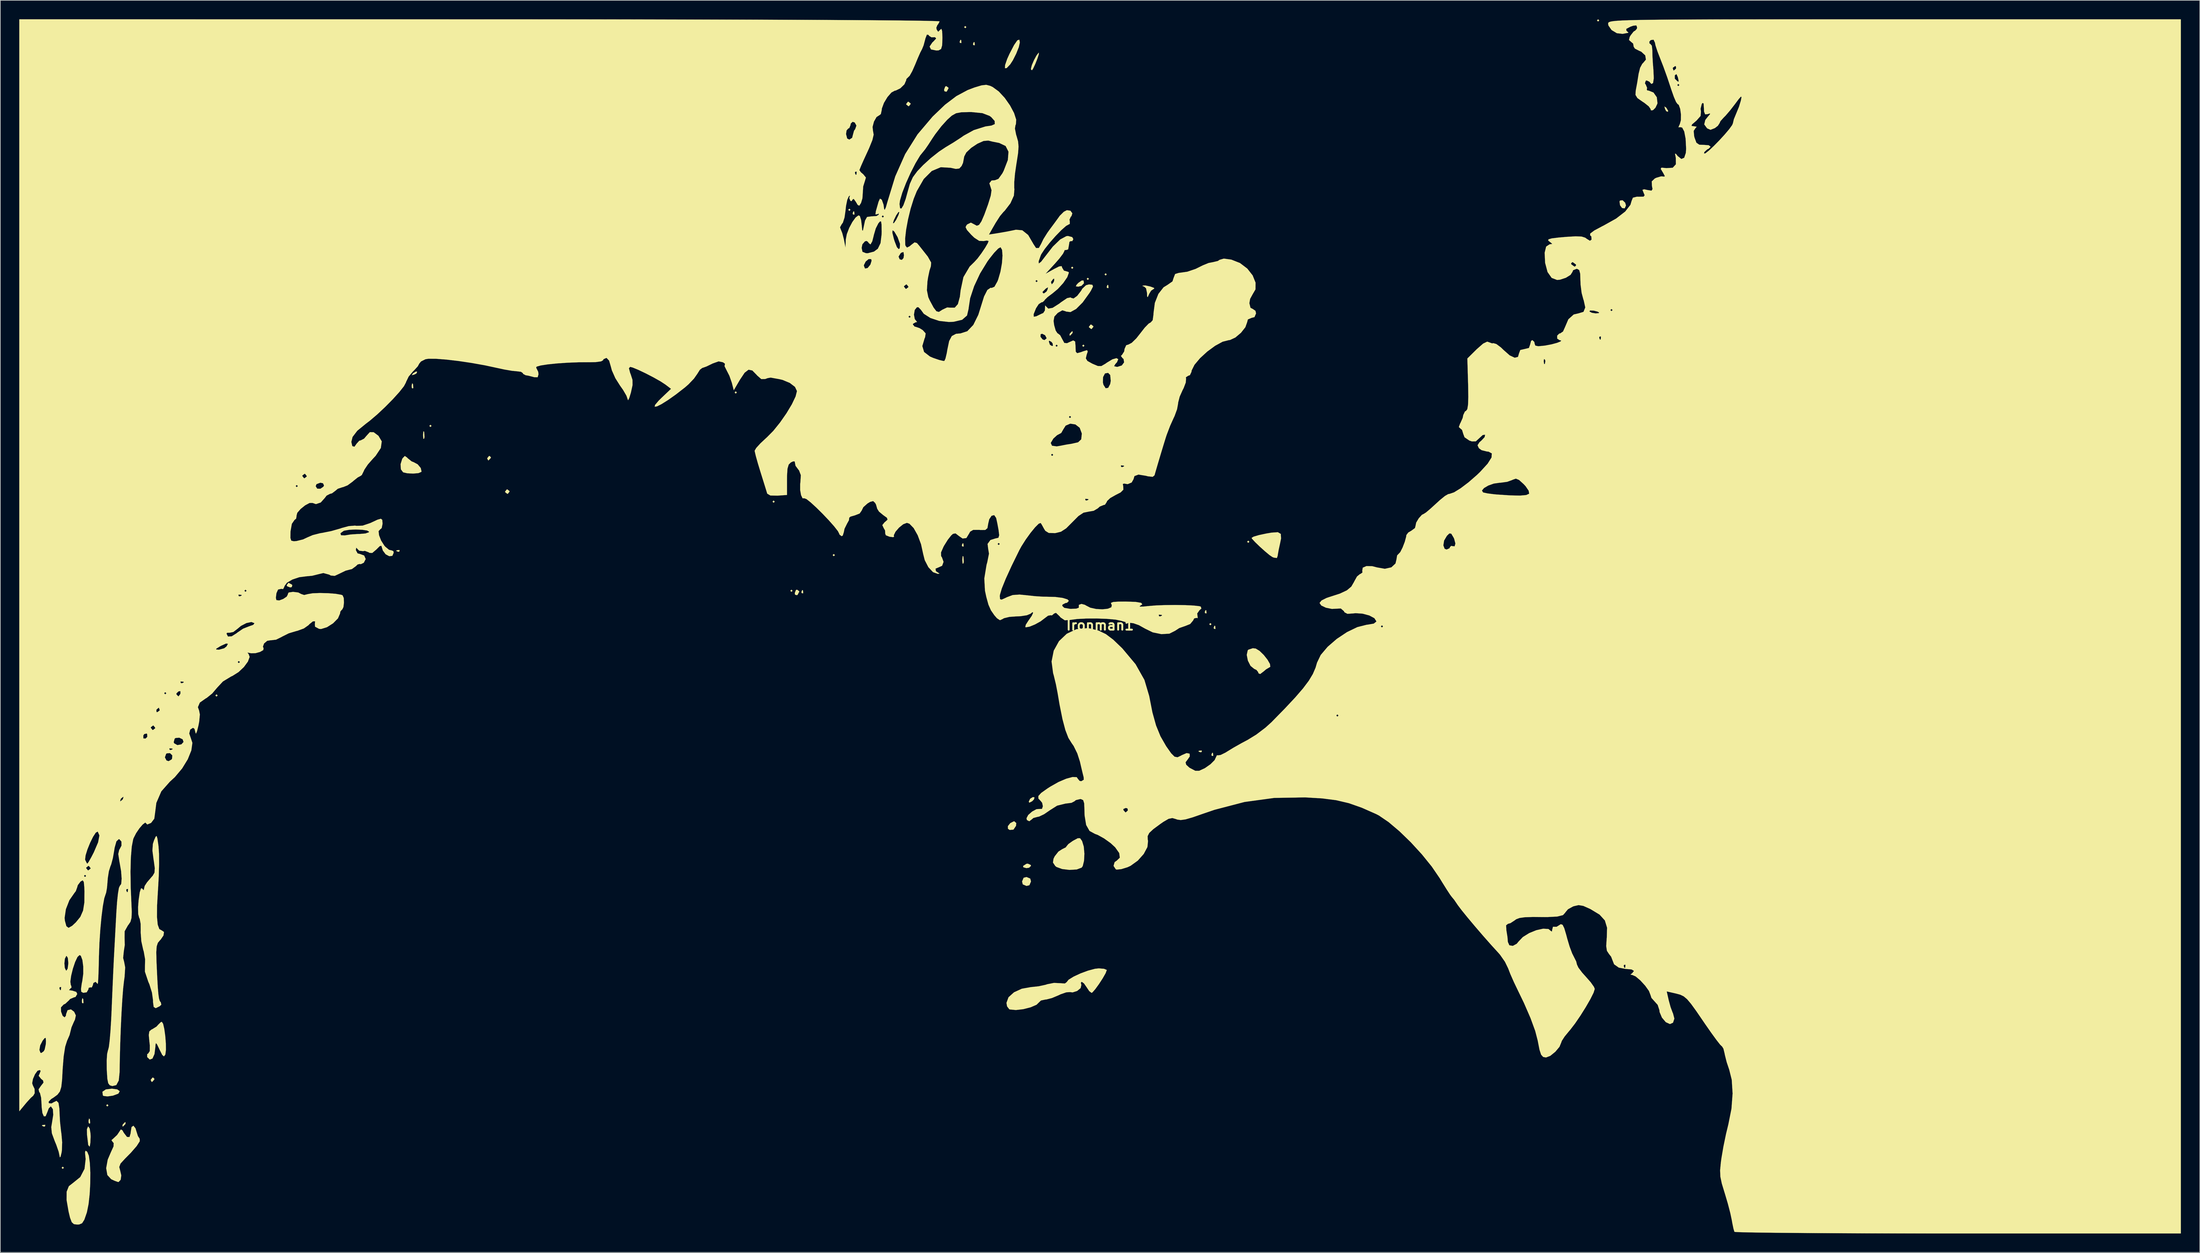
<source format=kicad_pcb>
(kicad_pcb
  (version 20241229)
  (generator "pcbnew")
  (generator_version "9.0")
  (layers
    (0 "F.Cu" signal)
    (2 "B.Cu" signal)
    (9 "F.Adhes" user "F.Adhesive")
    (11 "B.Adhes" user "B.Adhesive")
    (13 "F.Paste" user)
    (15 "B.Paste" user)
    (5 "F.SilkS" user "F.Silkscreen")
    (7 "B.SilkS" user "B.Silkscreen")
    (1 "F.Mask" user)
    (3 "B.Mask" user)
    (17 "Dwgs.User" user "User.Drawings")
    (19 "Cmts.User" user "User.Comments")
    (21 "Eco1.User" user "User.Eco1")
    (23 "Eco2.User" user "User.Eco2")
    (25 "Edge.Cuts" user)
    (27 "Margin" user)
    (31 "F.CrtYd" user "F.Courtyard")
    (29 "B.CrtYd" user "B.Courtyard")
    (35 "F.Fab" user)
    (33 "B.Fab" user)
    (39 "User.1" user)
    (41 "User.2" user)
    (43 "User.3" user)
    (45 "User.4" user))
  (footprint "Ironman1"
    (layer "F.Cu")
    (at 171.102 95.964)
    (property "Reference" "Ironman1" (at 0 0 0) (layer "F.SilkS") (effects (font (size 1.524 1.524) (thickness 0.3))))
    (attr through_hole)
    (fp_poly (pts (xy -164.042 85.901) (xy -164.218 86.078) (xy -164.394 85.901) (xy -164.218 85.725) (xy -164.042 85.901)) (stroke (width 0.01) (type solid)) (fill yes) (layer "F.SilkS"))
    (fp_poly (pts (xy -156.986 76.024) (xy -157.162 76.2) (xy -157.339 76.024) (xy -157.162 75.847) (xy -156.986 76.024)) (stroke (width 0.01) (type solid)) (fill yes) (layer "F.SilkS"))
    (fp_poly (pts (xy -139.7 11.113) (xy -139.876 11.289) (xy -140.053 11.113) (xy -139.876 10.936) (xy -139.7 11.113)) (stroke (width 0.01) (type solid)) (fill yes) (layer "F.SilkS"))
    (fp_poly (pts (xy -105.833 -31.574) (xy -106.01 -31.397) (xy -106.186 -31.574) (xy -106.01 -31.75) (xy -105.833 -31.574)) (stroke (width 0.01) (type solid)) (fill yes) (layer "F.SilkS"))
    (fp_poly (pts (xy -57.503 -36.865) (xy -57.679 -36.689) (xy -57.856 -36.865) (xy -57.679 -37.042) (xy -57.503 -36.865)) (stroke (width 0.01) (type solid)) (fill yes) (layer "F.SilkS"))
    (fp_poly (pts (xy -51.506 -19.579) (xy -51.682 -19.403) (xy -51.858 -19.579) (xy -51.682 -19.756) (xy -51.506 -19.579)) (stroke (width 0.01) (type solid)) (fill yes) (layer "F.SilkS"))
    (fp_poly (pts (xy -48.683 -5.468) (xy -48.86 -5.292) (xy -49.036 -5.468) (xy -48.86 -5.644) (xy -48.683 -5.468)) (stroke (width 0.01) (type solid)) (fill yes) (layer "F.SilkS"))
    (fp_poly (pts (xy -41.981 -11.113) (xy -42.157 -10.936) (xy -42.333 -11.113) (xy -42.157 -11.289) (xy -41.981 -11.113)) (stroke (width 0.01) (type solid)) (fill yes) (layer "F.SilkS"))
    (fp_poly (pts (xy -39.511 -65.793) (xy -39.688 -65.617) (xy -39.864 -65.793) (xy -39.688 -65.969) (xy -39.511 -65.793)) (stroke (width 0.01) (type solid)) (fill yes) (layer "F.SilkS"))
    (fp_poly (pts (xy -21.167 -94.721) (xy -21.343 -94.544) (xy -21.519 -94.721) (xy -21.343 -94.897) (xy -21.167 -94.721)) (stroke (width 0.01) (type solid)) (fill yes) (layer "F.SilkS"))
    (fp_poly (pts (xy -4.233 -56.621) (xy -4.41 -56.444) (xy -4.586 -56.621) (xy -4.41 -56.797) (xy -4.233 -56.621)) (stroke (width 0.01) (type solid)) (fill yes) (layer "F.SilkS"))
    (fp_poly (pts (xy -2.469 -44.274) (xy -2.646 -44.097) (xy -2.822 -44.274) (xy -2.646 -44.45) (xy -2.469 -44.274)) (stroke (width 0.01) (type solid)) (fill yes) (layer "F.SilkS"))
    (fp_poly (pts (xy -1.764 -54.857) (xy -1.94 -54.681) (xy -2.117 -54.857) (xy -1.94 -55.033) (xy -1.764 -54.857)) (stroke (width 0.01) (type solid)) (fill yes) (layer "F.SilkS"))
    (fp_poly (pts (xy 1.058 -55.562) (xy 0.882 -55.386) (xy 0.706 -55.562) (xy 0.882 -55.739) (xy 1.058 -55.562)) (stroke (width 0.01) (type solid)) (fill yes) (layer "F.SilkS"))
    (fp_poly (pts (xy 17.639 -0.176) (xy 17.462 0) (xy 17.286 -0.176) (xy 17.462 -0.353) (xy 17.639 -0.176)) (stroke (width 0.01) (type solid)) (fill yes) (layer "F.SilkS"))
    (fp_poly (pts (xy 23.636 -13.229) (xy 23.46 -13.053) (xy 23.283 -13.229) (xy 23.46 -13.406) (xy 23.636 -13.229)) (stroke (width 0.01) (type solid)) (fill yes) (layer "F.SilkS"))
    (fp_poly (pts (xy 79.022 -95.779) (xy 78.846 -95.603) (xy 78.669 -95.779) (xy 78.846 -95.956) (xy 79.022 -95.779)) (stroke (width 0.01) (type solid)) (fill yes) (layer "F.SilkS"))
    (fp_poly (pts (xy -166.981 79.14) (xy -167.03 79.35) (xy -167.217 79.375) (xy -167.507 79.246) (xy -167.452 79.14) (xy -167.033 79.098) (xy -166.981 79.14)) (stroke (width 0.01) (type solid)) (fill yes) (layer "F.SilkS"))
    (fp_poly (pts (xy -160.978 59.201) (xy -160.936 59.752) (xy -161.006 59.877) (xy -161.167 59.771) (xy -161.192 59.414) (xy -161.105 59.037) (xy -160.978 59.201)) (stroke (width 0.01) (type solid)) (fill yes) (layer "F.SilkS"))
    (fp_poly (pts (xy -159.92 78.251) (xy -159.878 78.802) (xy -159.948 78.927) (xy -160.108 78.821) (xy -160.133 78.464) (xy -160.047 78.087) (xy -159.92 78.251)) (stroke (width 0.01) (type solid)) (fill yes) (layer "F.SilkS"))
    (fp_poly (pts (xy -110.89 -11.877) (xy -110.938 -11.667) (xy -111.125 -11.642) (xy -111.415 -11.771) (xy -111.36 -11.877) (xy -110.942 -11.919) (xy -110.89 -11.877)) (stroke (width 0.01) (type solid)) (fill yes) (layer "F.SilkS"))
    (fp_poly (pts (xy -108.767 -38.166) (xy -108.725 -37.615) (xy -108.795 -37.49) (xy -108.956 -37.595) (xy -108.98 -37.953) (xy -108.894 -38.329) (xy -108.767 -38.166)) (stroke (width 0.01) (type solid)) (fill yes) (layer "F.SilkS"))
    (fp_poly (pts (xy -47.037 -5.527) (xy -46.995 -5.108) (xy -47.037 -5.056) (xy -47.247 -5.105) (xy -47.272 -5.292) (xy -47.143 -5.582) (xy -47.037 -5.527)) (stroke (width 0.01) (type solid)) (fill yes) (layer "F.SilkS"))
    (fp_poly (pts (xy -38.923 -65.499) (xy -38.881 -65.08) (xy -38.923 -65.029) (xy -39.133 -65.077) (xy -39.158 -65.264) (xy -39.029 -65.554) (xy -38.923 -65.499)) (stroke (width 0.01) (type solid)) (fill yes) (layer "F.SilkS"))
    (fp_poly (pts (xy -21.99 -92.663) (xy -21.948 -92.244) (xy -21.99 -92.193) (xy -22.2 -92.241) (xy -22.225 -92.428) (xy -22.096 -92.718) (xy -21.99 -92.663)) (stroke (width 0.01) (type solid)) (fill yes) (layer "F.SilkS"))
    (fp_poly (pts (xy -21.637 -12.935) (xy -21.595 -12.517) (xy -21.637 -12.465) (xy -21.847 -12.513) (xy -21.872 -12.7) (xy -21.743 -12.99) (xy -21.637 -12.935)) (stroke (width 0.01) (type solid)) (fill yes) (layer "F.SilkS"))
    (fp_poly (pts (xy -19.873 -92.31) (xy -19.831 -91.892) (xy -19.873 -91.84) (xy -20.083 -91.888) (xy -20.108 -92.075) (xy -19.979 -92.365) (xy -19.873 -92.31)) (stroke (width 0.01) (type solid)) (fill yes) (layer "F.SilkS"))
    (fp_poly (pts (xy 1.294 -53.857) (xy 1.336 -53.439) (xy 1.294 -53.387) (xy 1.084 -53.435) (xy 1.058 -53.622) (xy 1.187 -53.913) (xy 1.294 -53.857)) (stroke (width 0.01) (type solid)) (fill yes) (layer "F.SilkS"))
    (fp_poly (pts (xy 16.11 19.873) (xy 16.062 20.083) (xy 15.875 20.108) (xy 15.585 19.979) (xy 15.64 19.873) (xy 16.058 19.831) (xy 16.11 19.873)) (stroke (width 0.01) (type solid)) (fill yes) (layer "F.SilkS"))
    (fp_poly (pts (xy 16.816 -2.352) (xy 16.858 -1.933) (xy 16.816 -1.881) (xy 16.606 -1.93) (xy 16.581 -2.117) (xy 16.71 -2.407) (xy 16.816 -2.352)) (stroke (width 0.01) (type solid)) (fill yes) (layer "F.SilkS"))
    (fp_poly (pts (xy 17.874 20.226) (xy 17.916 20.645) (xy 17.874 20.696) (xy 17.664 20.648) (xy 17.639 20.461) (xy 17.768 20.171) (xy 17.874 20.226)) (stroke (width 0.01) (type solid)) (fill yes) (layer "F.SilkS"))
    (fp_poly (pts (xy 18.227 0.118) (xy 18.269 0.536) (xy 18.227 0.588) (xy 18.017 0.54) (xy 17.992 0.353) (xy 18.121 0.062) (xy 18.227 0.118)) (stroke (width 0.01) (type solid)) (fill yes) (layer "F.SilkS"))
    (fp_poly (pts (xy -108.117 -40.149) (xy -108.223 -39.886) (xy -108.552 -39.71) (xy -108.964 -39.603) (xy -108.795 -39.861) (xy -108.75 -39.908) (xy -108.287 -40.186) (xy -108.117 -40.149)) (stroke (width 0.01) (type solid)) (fill yes) (layer "F.SilkS"))
    (fp_poly (pts (xy -10.375 27.255) (xy -10.47 27.574) (xy -10.751 27.862) (xy -11.195 28.09) (xy -11.289 27.933) (xy -11.068 27.471) (xy -10.63 27.2) (xy -10.375 27.255)) (stroke (width 0.01) (type solid)) (fill yes) (layer "F.SilkS"))
    (fp_poly (pts (xy 89.603 -81.984) (xy 89.649 -81.939) (xy 89.928 -81.476) (xy 89.89 -81.306) (xy 89.628 -81.412) (xy 89.452 -81.741) (xy 89.344 -82.153) (xy 89.603 -81.984)) (stroke (width 0.01) (type solid)) (fill yes) (layer "F.SilkS"))
    (fp_poly (pts (xy -154.275 78.897) (xy -154.34 79.022) (xy -154.673 79.359) (xy -154.735 79.375) (xy -154.759 79.147) (xy -154.693 79.022) (xy -154.361 78.685) (xy -154.299 78.669) (xy -154.275 78.897)) (stroke (width 0.01) (type solid)) (fill yes) (layer "F.SilkS"))
    (fp_poly (pts (xy -149.699 71.83) (xy -149.754 71.967) (xy -150.071 72.303) (xy -150.128 72.319) (xy -150.279 72.047) (xy -150.283 71.967) (xy -150.012 71.627) (xy -149.91 71.614) (xy -149.699 71.83)) (stroke (width 0.01) (type solid)) (fill yes) (layer "F.SilkS"))
    (fp_poly (pts (xy -127.954 -6.446) (xy -127.882 -6.35) (xy -127.962 -6.048) (xy -128.214 -5.997) (xy -128.697 -6.181) (xy -128.764 -6.35) (xy -128.511 -6.693) (xy -128.432 -6.703) (xy -127.954 -6.446)) (stroke (width 0.01) (type solid)) (fill yes) (layer "F.SilkS"))
    (fp_poly (pts (xy -107.017 -30.657) (xy -107 -30.597) (xy -106.948 -29.828) (xy -107.013 -29.538) (xy -107.129 -29.527) (xy -107.176 -30.079) (xy -107.176 -30.163) (xy -107.125 -30.71) (xy -107.017 -30.657)) (stroke (width 0.01) (type solid)) (fill yes) (layer "F.SilkS"))
    (fp_poly (pts (xy -96.43 -26.595) (xy -96.485 -26.458) (xy -96.802 -26.122) (xy -96.858 -26.106) (xy -97.01 -26.378) (xy -97.014 -26.458) (xy -96.743 -26.798) (xy -96.64 -26.811) (xy -96.43 -26.595)) (stroke (width 0.01) (type solid)) (fill yes) (layer "F.SilkS"))
    (fp_poly (pts (xy -93.496 -21.251) (xy -93.486 -21.167) (xy -93.755 -20.824) (xy -93.839 -20.814) (xy -94.181 -21.082) (xy -94.192 -21.167) (xy -93.923 -21.509) (xy -93.839 -21.519) (xy -93.496 -21.251)) (stroke (width 0.01) (type solid)) (fill yes) (layer "F.SilkS"))
    (fp_poly (pts (xy -47.635 -5.391) (xy -47.625 -5.312) (xy -47.881 -4.835) (xy -47.978 -4.763) (xy -48.28 -4.842) (xy -48.331 -5.094) (xy -48.146 -5.577) (xy -47.978 -5.644) (xy -47.635 -5.391)) (stroke (width 0.01) (type solid)) (fill yes) (layer "F.SilkS"))
    (fp_poly (pts (xy -29.996 -82.634) (xy -29.986 -82.55) (xy -30.255 -82.207) (xy -30.339 -82.197) (xy -30.681 -82.466) (xy -30.692 -82.55) (xy -30.423 -82.893) (xy -30.339 -82.903) (xy -29.996 -82.634)) (stroke (width 0.01) (type solid)) (fill yes) (layer "F.SilkS"))
    (fp_poly (pts (xy -23.999 -85.119) (xy -23.989 -85.04) (xy -24.245 -84.562) (xy -24.342 -84.49) (xy -24.644 -84.57) (xy -24.694 -84.822) (xy -24.51 -85.305) (xy -24.342 -85.372) (xy -23.999 -85.119)) (stroke (width 0.01) (type solid)) (fill yes) (layer "F.SilkS"))
    (fp_poly (pts (xy -21.645 -10.902) (xy -21.628 -10.841) (xy -21.576 -10.073) (xy -21.641 -9.783) (xy -21.757 -9.771) (xy -21.804 -10.323) (xy -21.803 -10.407) (xy -21.753 -10.954) (xy -21.645 -10.902)) (stroke (width 0.01) (type solid)) (fill yes) (layer "F.SilkS"))
    (fp_poly (pts (xy -11.052 40.113) (xy -10.936 40.569) (xy -11.186 41.159) (xy -11.642 41.275) (xy -12.231 41.026) (xy -12.347 40.569) (xy -12.098 39.98) (xy -11.642 39.864) (xy -11.052 40.113)) (stroke (width 0.01) (type solid)) (fill yes) (layer "F.SilkS"))
    (fp_poly (pts (xy -10.989 37.944) (xy -10.936 38.1) (xy -11.232 38.384) (xy -11.662 38.453) (xy -12.15 38.317) (xy -12.171 38.1) (xy -11.66 37.775) (xy -11.444 37.747) (xy -10.989 37.944)) (stroke (width 0.01) (type solid)) (fill yes) (layer "F.SilkS"))
    (fp_poly (pts (xy -4.344 -46.339) (xy -4.41 -46.214) (xy -4.742 -45.877) (xy -4.804 -45.861) (xy -4.828 -46.089) (xy -4.763 -46.214) (xy -4.43 -46.551) (xy -4.368 -46.567) (xy -4.344 -46.339)) (stroke (width 0.01) (type solid)) (fill yes) (layer "F.SilkS"))
    (fp_poly (pts (xy -2.619 -54.595) (xy -2.549 -54.158) (xy -2.941 -53.755) (xy -3.448 -53.622) (xy -3.834 -53.673) (xy -3.705 -53.939) (xy -3.435 -54.219) (xy -2.901 -54.596) (xy -2.619 -54.595)) (stroke (width 0.01) (type solid)) (fill yes) (layer "F.SilkS"))
    (fp_poly (pts (xy -1.069 -47.357) (xy -1.058 -47.272) (xy -1.327 -46.93) (xy -1.411 -46.919) (xy -1.754 -47.188) (xy -1.764 -47.272) (xy -1.495 -47.615) (xy -1.411 -47.625) (xy -1.069 -47.357)) (stroke (width 0.01) (type solid)) (fill yes) (layer "F.SilkS"))
    (fp_poly (pts (xy 83.13 -66.917) (xy 83.256 -66.478) (xy 83.057 -66.025) (xy 82.643 -66.071) (xy 82.319 -66.514) (xy 82.238 -67.092) (xy 82.307 -67.255) (xy 82.726 -67.3) (xy 83.13 -66.917)) (stroke (width 0.01) (type solid)) (fill yes) (layer "F.SilkS"))
    (fp_poly (pts (xy -13.268 31.317) (xy -13.303 31.75) (xy -13.706 32.352) (xy -14.304 32.41) (xy -14.578 32.223) (xy -14.596 31.811) (xy -14.218 31.332) (xy -13.673 31.053) (xy -13.572 31.044) (xy -13.268 31.317)) (stroke (width 0.01) (type solid)) (fill yes) (layer "F.SilkS"))
    (fp_poly (pts (xy -155.588 73.493) (xy -155.202 73.776) (xy -155.391 74.13) (xy -155.487 74.19) (xy -156.271 74.479) (xy -157.13 74.602) (xy -157.754 74.527) (xy -157.867 74.437) (xy -157.938 73.866) (xy -157.392 73.495) (xy -156.436 73.378) (xy -155.588 73.493)) (stroke (width 0.01) (type solid)) (fill yes) (layer "F.SilkS"))
    (fp_poly (pts (xy -9.709 -90.385) (xy -9.928 -89.716) (xy -10.248 -88.907) (xy -10.571 -88.207) (xy -10.771 -87.889) (xy -10.923 -87.998) (xy -10.936 -88.153) (xy -10.794 -88.71) (xy -10.458 -89.491) (xy -10.063 -90.225) (xy -9.743 -90.641) (xy -9.688 -90.664) (xy -9.709 -90.385)) (stroke (width 0.01) (type solid)) (fill yes) (layer "F.SilkS"))
    (fp_poly (pts (xy -12.7 -92.294) (xy -12.867 -91.55) (xy -13.281 -90.506) (xy -13.812 -89.456) (xy -14.232 -88.812) (xy -14.793 -88.225) (xy -15.06 -88.218) (xy -15.03 -88.727) (xy -14.697 -89.689) (xy -14.337 -90.486) (xy -13.61 -91.881) (xy -13.09 -92.633) (xy -12.784 -92.735) (xy -12.7 -92.294)) (stroke (width 0.01) (type solid)) (fill yes) (layer "F.SilkS"))
    (fp_poly (pts (xy -159.955 79.69) (xy -159.825 80.488) (xy -159.808 80.963) (xy -159.843 81.91) (xy -159.932 82.477) (xy -159.985 82.55) (xy -160.186 82.288) (xy -160.186 82.285) (xy -160.242 81.789) (xy -160.348 80.902) (xy -160.373 80.698) (xy -160.395 79.808) (xy -160.223 79.387) (xy -160.171 79.375) (xy -159.955 79.69)) (stroke (width 0.01) (type solid)) (fill yes) (layer "F.SilkS"))
    (fp_poly (pts (xy 7.941 -53.645) (xy 7.955 -53.641) (xy 8.537 -53.424) (xy 8.582 -53.304) (xy 8.543 -53.3) (xy 8.076 -52.984) (xy 7.772 -52.476) (xy 7.542 -51.96) (xy 7.454 -52.074) (xy 7.431 -52.652) (xy 7.285 -53.356) (xy 6.997 -53.622) (xy 6.718 -53.726) (xy 6.75 -53.787) (xy 7.167 -53.813) (xy 7.941 -53.645)) (stroke (width 0.01) (type solid)) (fill yes) (layer "F.SilkS"))
    (fp_poly (pts (xy -109.707 -26.564) (xy -109.618 -26.458) (xy -108.985 -25.951) (xy -108.654 -25.822) (xy -108.028 -25.484) (xy -107.545 -24.907) (xy -107.421 -24.363) (xy -107.453 -24.29) (xy -107.904 -24.098) (xy -108.748 -24.023) (xy -109.681 -24.072) (xy -110.331 -24.223) (xy -110.685 -24.695) (xy -110.737 -25.503) (xy -110.479 -26.342) (xy -110.407 -26.458) (xy -110.066 -26.809) (xy -109.707 -26.564)) (stroke (width 0.01) (type solid)) (fill yes) (layer "F.SilkS"))
    (fp_poly (pts (xy 24.646 3.689) (xy 25.25 4.056) (xy 25.916 4.704) (xy 26.51 5.457) (xy 26.899 6.137) (xy 26.948 6.568) (xy 26.873 6.623) (xy 26.273 6.981) (xy 25.948 7.263) (xy 25.345 7.722) (xy 25.063 7.587) (xy 25.047 7.432) (xy 24.758 7.067) (xy 24.399 6.897) (xy 23.821 6.425) (xy 23.401 5.595) (xy 23.224 4.686) (xy 23.376 3.98) (xy 23.48 3.864) (xy 24.184 3.634) (xy 24.646 3.689)) (stroke (width 0.01) (type solid)) (fill yes) (layer "F.SilkS"))
    (fp_poly (pts (xy 28.612 -14.465) (xy 28.652 -13.738) (xy 28.502 -12.988) (xy 28.276 -11.955) (xy 28.139 -11.183) (xy 28.123 -11.024) (xy 27.994 -10.655) (xy 27.521 -10.715) (xy 27.294 -10.803) (xy 26.831 -11.116) (xy 26.1 -11.725) (xy 25.277 -12.466) (xy 24.541 -13.176) (xy 24.07 -13.692) (xy 23.989 -13.836) (xy 24.308 -14.033) (xy 25.148 -14.281) (xy 26.328 -14.533) (xy 27.164 -14.673) (xy 28.148 -14.736) (xy 28.612 -14.465)) (stroke (width 0.01) (type solid)) (fill yes) (layer "F.SilkS"))
    (fp_poly (pts (xy -3.159 33.726) (xy -2.871 34.13) (xy -2.84 34.187) (xy -2.581 35.044) (xy -2.482 36.168) (xy -2.538 37.286) (xy -2.743 38.128) (xy -2.91 38.369) (xy -3.699 38.665) (xy -4.831 38.734) (xy -5.999 38.596) (xy -6.897 38.27) (xy -7.092 38.112) (xy -7.455 37.566) (xy -7.369 36.978) (xy -7.182 36.588) (xy -6.594 35.839) (xy -5.999 35.455) (xy -5.429 35.17) (xy -5.292 34.977) (xy -5.019 34.646) (xy -4.352 34.17) (xy -4.251 34.11) (xy -3.534 33.724) (xy -3.159 33.726)) (stroke (width 0.01) (type solid)) (fill yes) (layer "F.SilkS"))
    (fp_poly (pts (xy -160.336 83.383) (xy -160.089 83.996) (xy -159.929 85.14) (xy -159.856 86.646) (xy -159.866 88.345) (xy -159.959 90.068) (xy -160.133 91.646) (xy -160.387 92.91) (xy -160.426 93.045) (xy -160.802 94.126) (xy -161.156 94.684) (xy -161.623 94.882) (xy -161.917 94.897) (xy -162.448 94.83) (xy -162.793 94.521) (xy -163.062 93.808) (xy -163.293 92.845) (xy -163.61 91.007) (xy -163.602 89.701) (xy -163.252 88.821) (xy -162.543 88.266) (xy -162.541 88.265) (xy -161.447 87.379) (xy -160.764 86.063) (xy -160.59 84.522) (xy -160.617 84.266) (xy -160.694 83.439) (xy -160.594 83.197) (xy -160.336 83.383)) (stroke (width 0.01) (type solid)) (fill yes) (layer "F.SilkS"))
    (fp_poly (pts (xy -148.329 63.112) (xy -148.142 63.926) (xy -147.991 65.025) (xy -147.898 66.201) (xy -147.884 67.243) (xy -147.971 67.941) (xy -147.99 67.991) (xy -148.199 68.268) (xy -148.468 68.032) (xy -148.884 67.209) (xy -148.886 67.204) (xy -149.278 66.38) (xy -149.471 66.153) (xy -149.541 66.468) (xy -149.552 66.734) (xy -149.698 67.9) (xy -150.016 68.606) (xy -150.438 68.766) (xy -150.854 68.372) (xy -150.854 67.92) (xy -150.691 67.81) (xy -150.443 67.431) (xy -150.435 66.49) (xy -150.496 65.943) (xy -150.598 64.882) (xy -150.509 64.309) (xy -150.186 64.024) (xy -150.063 63.974) (xy -149.366 63.543) (xy -149.119 63.262) (xy -148.694 62.843) (xy -148.53 62.794) (xy -148.329 63.112)) (stroke (width 0.01) (type solid)) (fill yes) (layer "F.SilkS"))
    (fp_poly (pts (xy -152.699 79.664) (xy -152.578 80.073) (xy -152.32 80.883) (xy -152.033 81.324) (xy -152.027 81.704) (xy -152.514 82.464) (xy -153.446 83.535) (xy -154.385 84.482) (xy -155.068 85.229) (xy -155.278 85.784) (xy -155.133 86.323) (xy -154.953 87.106) (xy -155.05 87.805) (xy -155.374 88.15) (xy -155.476 88.151) (xy -155.977 87.974) (xy -156.545 87.715) (xy -157.156 87.05) (xy -157.341 85.968) (xy -157.098 84.618) (xy -156.606 83.465) (xy -156.174 82.517) (xy -156.151 81.989) (xy -156.295 81.835) (xy -156.502 81.53) (xy -156.203 81.268) (xy -155.609 80.71) (xy -155.322 80.289) (xy -155.022 79.834) (xy -154.779 79.968) (xy -154.547 80.377) (xy -154.043 81.026) (xy -153.646 81.032) (xy -153.461 80.406) (xy -153.458 80.278) (xy -153.327 79.458) (xy -153.028 79.243) (xy -152.699 79.664)) (stroke (width 0.01) (type solid)) (fill yes) (layer "F.SilkS"))
    (fp_poly (pts (xy 0.627 54.398) (xy 1.045 54.571) (xy 1.058 54.611) (xy 0.876 55.098) (xy 0.421 55.898) (xy -0.17 56.808) (xy -0.759 57.62) (xy -1.21 58.131) (xy -1.344 58.208) (xy -1.711 57.931) (xy -2.117 57.326) (xy -2.546 56.708) (xy -2.906 56.447) (xy -3.046 56.61) (xy -2.96 56.947) (xy -3.08 57.454) (xy -3.63 57.905) (xy -4.343 58.131) (xy -4.76 58.082) (xy -5.347 58.119) (xy -6.247 58.43) (xy -6.571 58.584) (xy -7.605 59.019) (xy -8.512 59.254) (xy -8.688 59.267) (xy -9.355 59.411) (xy -9.588 59.632) (xy -10.054 60.085) (xy -10.99 60.49) (xy -12.16 60.788) (xy -13.329 60.923) (xy -14.26 60.837) (xy -14.376 60.797) (xy -14.72 60.345) (xy -14.817 59.79) (xy -14.491 58.901) (xy -13.624 58.119) (xy -12.379 57.549) (xy -10.968 57.299) (xy -9.735 57.167) (xy -8.631 56.929) (xy -8.379 56.843) (xy -7.293 56.629) (xy -6.35 56.674) (xy -5.568 56.724) (xy -5.292 56.514) (xy -4.983 56.126) (xy -4.188 55.636) (xy -3.099 55.13) (xy -1.911 54.69) (xy -0.818 54.398) (xy -0.198 54.328) (xy 0.627 54.398)) (stroke (width 0.01) (type solid)) (fill yes) (layer "F.SilkS"))
    (fp_poly (pts (xy -149.233 33.769) (xy -149.087 34.781) (xy -149.055 35.025) (xy -148.98 36.162) (xy -148.97 37.793) (xy -149.02 39.708) (xy -149.129 41.698) (xy -149.143 41.897) (xy -149.287 44.356) (xy -149.303 46.175) (xy -149.185 47.407) (xy -148.93 48.108) (xy -148.53 48.331) (xy -148.528 48.331) (xy -148.192 48.563) (xy -148.27 49.117) (xy -148.719 49.773) (xy -148.831 49.881) (xy -149.164 50.282) (xy -149.348 50.847) (xy -149.412 51.749) (xy -149.38 53.161) (xy -149.371 53.375) (xy -149.269 55.609) (xy -149.178 57.237) (xy -149.086 58.36) (xy -148.985 59.078) (xy -148.862 59.491) (xy -148.707 59.699) (xy -148.696 59.708) (xy -148.615 60.079) (xy -148.872 60.32) (xy -149.5 60.629) (xy -149.821 60.433) (xy -149.927 59.647) (xy -149.931 59.333) (xy -150.092 58.162) (xy -150.496 56.855) (xy -150.67 56.458) (xy -151.206 54.858) (xy -151.199 53.88) (xy -151.18 52.868) (xy -151.392 51.665) (xy -151.48 51.375) (xy -151.776 50.039) (xy -151.882 48.596) (xy -151.872 48.331) (xy -151.884 47.273) (xy -152.029 46.487) (xy -152.116 46.318) (xy -152.272 45.724) (xy -152.289 44.611) (xy -152.208 43.548) (xy -152.028 42.28) (xy -151.832 41.663) (xy -151.655 41.68) (xy -151.404 41.963) (xy -151.347 41.701) (xy -151.247 41.276) (xy -150.882 40.711) (xy -150.144 39.845) (xy -149.965 39.647) (xy -149.696 39.175) (xy -149.645 38.463) (xy -149.8 37.307) (xy -149.837 37.101) (xy -150.023 35.661) (xy -149.946 34.612) (xy -149.763 34.043) (xy -149.513 33.48) (xy -149.355 33.362) (xy -149.233 33.769)) (stroke (width 0.01) (type solid)) (fill yes) (layer "F.SilkS"))
    (fp_poly (pts (xy 171.097 96.308) (xy 135.84 96.308) (xy 130.914 96.306) (xy 126.19 96.298) (xy 121.714 96.286) (xy 117.535 96.27) (xy 113.699 96.249) (xy 110.255 96.226) (xy 107.25 96.199) (xy 104.731 96.169) (xy 102.747 96.137) (xy 101.344 96.103) (xy 100.57 96.066) (xy 100.427 96.044) (xy 100.28 95.56) (xy 100.091 94.649) (xy 100.012 94.192) (xy 99.774 93.068) (xy 99.386 91.578) (xy 98.926 90.023) (xy 98.871 89.847) (xy 98.43 88.396) (xy 98.203 87.311) (xy 98.163 86.296) (xy 98.281 85.055) (xy 98.374 84.379) (xy 98.684 82.557) (xy 99.101 80.542) (xy 99.469 79.022) (xy 99.961 76.558) (xy 100.141 74.139) (xy 100.005 71.966) (xy 99.607 70.379) (xy 99.202 69.172) (xy 98.91 68.005) (xy 98.878 67.822) (xy 98.688 67.042) (xy 98.462 66.678) (xy 98.441 66.675) (xy 98.16 66.399) (xy 97.567 65.641) (xy 96.744 64.509) (xy 95.768 63.109) (xy 95.473 62.676) (xy 94.37 61.064) (xy 93.556 59.941) (xy 92.932 59.206) (xy 92.401 58.759) (xy 91.864 58.498) (xy 91.236 58.327) (xy 89.708 57.977) (xy 90.022 59.373) (xy 90.318 60.457) (xy 90.645 61.34) (xy 90.703 61.457) (xy 90.917 62.284) (xy 90.706 62.927) (xy 90.224 63.147) (xy 89.567 62.848) (xy 88.953 62.125) (xy 88.582 61.246) (xy 88.547 60.928) (xy 88.276 60.103) (xy 87.842 59.619) (xy 87.292 59.004) (xy 87.136 58.528) (xy 86.896 57.903) (xy 86.3 57.07) (xy 85.536 56.234) (xy 84.791 55.603) (xy 84.289 55.381) (xy 83.971 55.315) (xy 84.263 55.072) (xy 84.527 54.731) (xy 84.153 54.498) (xy 83.204 54.412) (xy 83.168 54.412) (xy 82.121 54.207) (xy 81.793 53.975) (xy 82.903 53.975) (xy 83.032 54.265) (xy 83.138 54.21) (xy 83.18 53.792) (xy 83.138 53.74) (xy 82.928 53.788) (xy 82.903 53.975) (xy 81.793 53.975) (xy 81.375 53.679) (xy 81.139 53.075) (xy 80.908 52.475) (xy 80.566 52.042) (xy 80.24 51.543) (xy 80.13 50.794) (xy 80.207 49.587) (xy 80.224 49.432) (xy 80.266 47.887) (xy 79.918 46.738) (xy 79.08 45.815) (xy 77.654 44.951) (xy 77.537 44.892) (xy 76.499 44.432) (xy 75.754 44.308) (xy 74.999 44.48) (xy 74.864 44.53) (xy 74.074 44.966) (xy 73.658 45.46) (xy 73.649 45.493) (xy 73.291 45.891) (xy 72.366 46.123) (xy 70.818 46.202) (xy 70.291 46.199) (xy 68.475 46.188) (xy 67.226 46.231) (xy 66.408 46.345) (xy 65.883 46.544) (xy 65.631 46.73) (xy 64.965 47.165) (xy 64.575 47.272) (xy 64.281 47.509) (xy 64.32 48.28) (xy 64.338 48.375) (xy 64.497 49.379) (xy 64.558 50.139) (xy 64.793 50.674) (xy 65.341 50.77) (xy 65.967 50.432) (xy 66.235 50.103) (xy 66.928 49.372) (xy 67.933 48.746) (xy 69.066 48.284) (xy 70.144 48.046) (xy 70.984 48.093) (xy 71.38 48.419) (xy 71.531 48.505) (xy 71.586 48.184) (xy 71.703 47.734) (xy 71.846 47.74) (xy 72.27 47.748) (xy 72.56 47.572) (xy 72.936 47.334) (xy 73.222 47.43) (xy 73.488 47.966) (xy 73.808 49.045) (xy 73.958 49.619) (xy 74.333 50.879) (xy 74.739 51.961) (xy 74.992 52.463) (xy 75.377 53.23) (xy 75.494 53.715) (xy 75.724 54.211) (xy 76.317 54.999) (xy 76.906 55.654) (xy 77.675 56.529) (xy 78.187 57.256) (xy 78.317 57.583) (xy 78.126 58.188) (xy 77.62 59.2) (xy 76.897 60.456) (xy 76.059 61.793) (xy 75.203 63.048) (xy 74.429 64.057) (xy 74.249 64.264) (xy 73.547 65.119) (xy 73.099 65.813) (xy 73.014 66.059) (xy 72.731 66.746) (xy 72.073 67.53) (xy 71.28 68.174) (xy 70.596 68.439) (xy 70.143 68.35) (xy 69.824 67.991) (xy 69.57 67.221) (xy 69.313 65.898) (xy 69.295 65.793) (xy 68.889 64.228) (xy 68.144 62.19) (xy 67.104 59.798) (xy 66.165 57.856) (xy 65.52 56.511) (xy 64.955 55.229) (xy 64.607 54.328) (xy 64.102 53.288) (xy 63.329 52.179) (xy 63.05 51.858) (xy 61.893 50.588) (xy 60.621 49.146) (xy 59.347 47.664) (xy 58.182 46.275) (xy 57.239 45.112) (xy 56.629 44.306) (xy 56.544 44.178) (xy 56.051 43.456) (xy 55.708 43.044) (xy 55.701 43.039) (xy 55.429 42.677) (xy 54.889 41.853) (xy 54.174 40.712) (xy 53.764 40.04) (xy 52.514 38.208) (xy 50.95 36.273) (xy 49.202 34.366) (xy 47.4 32.618) (xy 45.675 31.161) (xy 44.155 30.125) (xy 43.726 29.901) (xy 41.432 28.886) (xy 39.396 28.171) (xy 37.378 27.697) (xy 35.137 27.41) (xy 32.456 27.253) (xy 27.577 27.335) (xy 22.866 27.979) (xy 18.125 29.216) (xy 16.291 29.842) (xy 14.661 30.409) (xy 13.536 30.733) (xy 12.769 30.841) (xy 12.215 30.764) (xy 12.026 30.69) (xy 11.445 30.521) (xy 10.847 30.645) (xy 10.015 31.13) (xy 9.556 31.449) (xy 8.428 32.281) (xy 7.788 32.879) (xy 7.531 33.39) (xy 7.551 33.957) (xy 7.592 34.148) (xy 7.497 35.113) (xy 6.911 36.212) (xy 5.974 37.263) (xy 4.827 38.087) (xy 4.349 38.309) (xy 3.376 38.608) (xy 2.655 38.688) (xy 2.497 38.646) (xy 2.136 38.103) (xy 2.31 37.503) (xy 2.646 37.267) (xy 3.131 36.803) (xy 3.037 36.071) (xy 2.395 35.16) (xy 1.676 34.494) (xy 0.634 33.748) (xy -0.367 33.193) (xy -0.806 33.031) (xy -1.665 32.563) (xy -2.2 31.619) (xy -2.445 30.121) (xy -2.469 29.258) (xy -2.476 29.094) (xy 3.676 29.094) (xy 3.704 29.281) (xy 4.006 29.617) (xy 4.057 29.633) (xy 4.337 29.387) (xy 4.41 29.281) (xy 4.326 28.982) (xy 4.057 28.928) (xy 3.676 29.094) (xy -2.476 29.094) (xy -2.509 28.205) (xy -2.673 27.684) (xy -3.029 27.521) (xy -3.154 27.517) (xy -3.83 27.679) (xy -4.057 27.869) (xy -4.528 28.112) (xy -5.375 28.222) (xy -5.44 28.222) (xy -6.795 28.557) (xy -7.938 29.281) (xy -8.857 29.911) (xy -9.653 30.29) (xy -9.905 30.339) (xy -10.56 30.513) (xy -10.76 30.692) (xy -11.207 31.03) (xy -11.579 30.839) (xy -11.642 30.556) (xy -11.376 30.043) (xy -10.759 29.501) (xy -10.06 29.12) (xy -9.552 29.087) (xy -9.193 29.072) (xy -9.051 28.654) (xy -9.165 28.114) (xy -9.37 27.852) (xy -9.759 27.435) (xy -9.766 27.037) (xy -9.322 26.549) (xy -8.357 25.863) (xy -7.882 25.556) (xy -6.576 24.818) (xy -5.35 24.294) (xy -4.344 24.025) (xy -3.696 24.05) (xy -3.528 24.296) (xy -3.241 24.645) (xy -2.975 24.694) (xy -2.573 24.455) (xy -2.591 24.077) (xy -2.763 23.391) (xy -3.018 22.311) (xy -3.184 21.587) (xy -3.602 20.288) (xy -4.185 19.102) (xy -4.494 18.662) (xy -5.012 17.833) (xy -5.489 16.594) (xy -5.947 14.863) (xy -6.408 12.561) (xy -6.714 10.76) (xy -6.983 9.363) (xy -7.318 7.974) (xy -7.433 7.57) (xy -7.674 5.738) (xy -7.331 4.015) (xy -6.498 2.513) (xy -5.271 1.345) (xy -3.743 0.621) (xy -2.008 0.454) (xy -1.489 0.524) (xy -0.205 0.858) (xy 0.922 1.403) (xy 2.08 2.276) (xy 3.456 3.596) (xy 3.543 3.685) (xy 5.619 6.163) (xy 7.021 8.65) (xy 7.777 11.197) (xy 7.778 11.201) (xy 8.287 13.796) (xy 8.863 15.865) (xy 9.565 17.583) (xy 10.454 19.131) (xy 10.518 19.226) (xy 11.261 20.279) (xy 11.792 20.811) (xy 12.261 20.904) (xy 12.816 20.643) (xy 12.92 20.576) (xy 13.701 20.238) (xy 14.175 20.329) (xy 14.202 20.763) (xy 13.91 21.194) (xy 13.536 21.694) (xy 13.632 22.079) (xy 14.151 22.556) (xy 15.075 23.042) (xy 15.692 23.042) (xy 16.594 22.627) (xy 17.482 22.004) (xy 18.136 21.35) (xy 18.344 20.903) (xy 18.505 20.572) (xy 18.638 20.601) (xy 19.089 20.538) (xy 19.859 20.16) (xy 20.138 19.986) (xy 21.127 19.381) (xy 22.417 18.653) (xy 23.362 18.152) (xy 24.728 17.313) (xy 26.181 16.211) (xy 27.134 15.349) (xy 28.173 14.287) (xy 37.394 14.287) (xy 37.571 14.464) (xy 37.747 14.287) (xy 37.571 14.111) (xy 37.394 14.287) (xy 28.173 14.287) (xy 29.239 13.199) (xy 30.885 11.442) (xy 32.133 9.997) (xy 33.046 8.782) (xy 33.687 7.717) (xy 34.117 6.718) (xy 34.351 5.915) (xy 34.933 4.703) (xy 36.027 3.411) (xy 37.469 2.162) (xy 39.093 1.081) (xy 40.735 0.289) (xy 41.182 0.176) (xy 44.45 0.176) (xy 44.626 0.353) (xy 44.803 0.176) (xy 44.626 0) (xy 44.45 0.176) (xy 41.182 0.176) (xy 42.232 -0.089) (xy 42.369 -0.099) (xy 43.334 -0.263) (xy 43.738 -0.589) (xy 43.743 -0.635) (xy 43.428 -1.127) (xy 42.628 -1.555) (xy 41.561 -1.843) (xy 40.448 -1.918) (xy 40.093 -1.88) (xy 39.166 -1.816) (xy 38.701 -2.053) (xy 38.599 -2.245) (xy 38.117 -2.662) (xy 37.622 -2.639) (xy 36.705 -2.593) (xy 35.752 -2.786) (xy 35.016 -3.139) (xy 34.749 -3.538) (xy 35.06 -3.925) (xy 35.856 -4.327) (xy 36.295 -4.474) (xy 37.96 -5.011) (xy 39.072 -5.531) (xy 39.777 -6.125) (xy 40.217 -6.883) (xy 40.244 -6.948) (xy 40.676 -7.724) (xy 41.14 -8.106) (xy 41.202 -8.114) (xy 41.543 -8.356) (xy 41.507 -8.625) (xy 41.587 -9.119) (xy 42.174 -9.376) (xy 43.1 -9.355) (xy 43.831 -9.164) (xy 45.082 -8.944) (xy 46.116 -9.172) (xy 46.771 -9.782) (xy 46.919 -10.398) (xy 47.03 -11.065) (xy 47.245 -11.289) (xy 47.527 -11.587) (xy 47.894 -12.312) (xy 48.024 -12.649) (xy 54.344 -12.649) (xy 54.551 -12.11) (xy 54.857 -11.994) (xy 55.326 -12.196) (xy 55.386 -12.368) (xy 55.599 -12.586) (xy 55.715 -12.539) (xy 56.129 -12.5) (xy 56.256 -12.943) (xy 56.063 -13.69) (xy 55.966 -13.895) (xy 55.599 -14.509) (xy 55.298 -14.548) (xy 54.909 -14.169) (xy 54.465 -13.415) (xy 54.344 -12.649) (xy 48.024 -12.649) (xy 48.241 -13.213) (xy 48.462 -14.036) (xy 48.492 -14.287) (xy 48.79 -14.684) (xy 49.306 -14.991) (xy 49.854 -15.399) (xy 49.945 -15.756) (xy 50.047 -16.259) (xy 50.453 -16.939) (xy 50.952 -17.492) (xy 51.247 -17.639) (xy 51.593 -17.859) (xy 52.258 -18.418) (xy 52.661 -18.785) (xy 53.821 -19.842) (xy 54.6 -20.475) (xy 55.109 -20.767) (xy 55.347 -20.814) (xy 56.04 -21.051) (xy 56.505 -21.338) (xy 60.455 -21.338) (xy 60.63 -21.044) (xy 60.68 -21.023) (xy 61.343 -20.881) (xy 62.379 -20.748) (xy 62.794 -20.71) (xy 64.962 -20.567) (xy 66.495 -20.537) (xy 67.457 -20.62) (xy 67.91 -20.82) (xy 67.933 -20.851) (xy 67.853 -21.313) (xy 67.369 -22.021) (xy 67.07 -22.346) (xy 66.331 -23.015) (xy 65.824 -23.224) (xy 65.328 -23.052) (xy 65.267 -23.014) (xy 64.446 -22.718) (xy 63.367 -22.573) (xy 63.24 -22.57) (xy 62.333 -22.442) (xy 61.463 -22.131) (xy 60.784 -21.732) (xy 60.455 -21.338) (xy 56.505 -21.338) (xy 57.084 -21.695) (xy 58.337 -22.644) (xy 59.66 -23.799) (xy 60.174 -24.292) (xy 61.358 -25.589) (xy 61.977 -26.571) (xy 62.022 -27.217) (xy 61.486 -27.504) (xy 61.25 -27.517) (xy 60.407 -27.727) (xy 59.974 -28.044) (xy 59.761 -28.504) (xy 60.056 -28.974) (xy 60.372 -29.248) (xy 60.88 -29.792) (xy 60.959 -30.174) (xy 60.951 -30.182) (xy 60.578 -30.13) (xy 60.065 -29.66) (xy 59.494 -29.131) (xy 58.86 -29.118) (xy 58.469 -29.249) (xy 57.703 -29.771) (xy 57.503 -30.301) (xy 57.305 -30.943) (xy 57.062 -31.145) (xy 56.799 -31.394) (xy 56.992 -31.93) (xy 57.062 -32.052) (xy 57.41 -32.837) (xy 57.503 -33.303) (xy 57.764 -33.851) (xy 57.944 -33.955) (xy 58.142 -34.225) (xy 58.258 -34.93) (xy 58.299 -36.159) (xy 58.272 -37.997) (xy 58.266 -38.174) (xy 58.16 -41.834) (xy 70.231 -41.834) (xy 70.295 -41.376) (xy 70.416 -41.371) (xy 70.5 -41.843) (xy 70.444 -42.047) (xy 70.287 -42.18) (xy 70.231 -41.834) (xy 58.16 -41.834) (xy 58.148 -42.247) (xy 59.639 -43.722) (xy 60.639 -44.6) (xy 61.288 -44.914) (xy 61.476 -44.852) (xy 62.068 -44.636) (xy 62.261 -44.674) (xy 62.738 -44.536) (xy 63.462 -43.997) (xy 63.883 -43.588) (xy 64.853 -42.734) (xy 65.645 -42.364) (xy 66.165 -42.499) (xy 66.322 -43.039) (xy 66.529 -43.592) (xy 67.204 -43.744) (xy 67.896 -43.91) (xy 68.086 -44.45) (xy 68.234 -45.023) (xy 68.439 -45.156) (xy 68.748 -44.868) (xy 68.792 -44.605) (xy 68.909 -44.284) (xy 69.372 -44.185) (xy 70.342 -44.278) (xy 70.467 -44.296) (xy 71.479 -44.486) (xy 72.338 -44.719) (xy 72.898 -44.941) (xy 73.016 -45.1) (xy 72.76 -45.145) (xy 72.378 -45.39) (xy 72.375 -45.508) (xy 79.022 -45.508) (xy 79.151 -45.218) (xy 79.257 -45.273) (xy 79.3 -45.692) (xy 79.257 -45.744) (xy 79.048 -45.695) (xy 79.022 -45.508) (xy 72.375 -45.508) (xy 72.366 -45.86) (xy 72.697 -46.193) (xy 72.842 -46.214) (xy 73.293 -46.517) (xy 73.595 -47.184) (xy 74.138 -48.454) (xy 74.99 -49.216) (xy 75.737 -49.389) (xy 76.535 -49.63) (xy 76.559 -49.691) (xy 77.466 -49.691) (xy 77.854 -49.482) (xy 78.468 -49.383) (xy 78.946 -49.432) (xy 79.022 -49.524) (xy 78.723 -49.683) (xy 78.151 -49.826) (xy 77.571 -49.851) (xy 77.466 -49.691) (xy 76.559 -49.691) (xy 76.651 -49.918) (xy 80.786 -49.918) (xy 80.963 -49.742) (xy 81.139 -49.918) (xy 80.963 -50.094) (xy 80.786 -49.918) (xy 76.651 -49.918) (xy 76.817 -50.331) (xy 76.57 -51.459) (xy 76.517 -51.591) (xy 76.24 -52.626) (xy 76.072 -53.955) (xy 76.049 -54.583) (xy 76.01 -55.689) (xy 75.857 -56.253) (xy 75.535 -56.438) (xy 75.419 -56.444) (xy 74.889 -56.227) (xy 74.789 -55.972) (xy 74.484 -55.491) (xy 73.744 -55.031) (xy 72.826 -54.729) (xy 72.358 -54.681) (xy 71.496 -55.01) (xy 70.844 -55.937) (xy 70.487 -57.285) (xy 74.556 -57.285) (xy 74.612 -57.15) (xy 75.08 -56.81) (xy 75.183 -56.797) (xy 75.375 -57.015) (xy 75.318 -57.15) (xy 74.851 -57.49) (xy 74.747 -57.503) (xy 74.556 -57.285) (xy 70.487 -57.285) (xy 70.465 -57.366) (xy 70.459 -57.416) (xy 70.383 -58.988) (xy 70.621 -59.966) (xy 71.168 -60.329) (xy 71.214 -60.33) (xy 71.592 -60.389) (xy 71.319 -60.633) (xy 71.271 -60.664) (xy 70.943 -60.928) (xy 70.996 -61.119) (xy 71.516 -61.267) (xy 72.59 -61.399) (xy 73.8 -61.504) (xy 75.287 -61.592) (xy 76.238 -61.553) (xy 76.816 -61.371) (xy 77.04 -61.198) (xy 77.552 -60.886) (xy 77.81 -61.067) (xy 77.782 -61.564) (xy 77.591 -61.748) (xy 77.596 -62.03) (xy 78.23 -62.507) (xy 79.512 -63.194) (xy 79.702 -63.287) (xy 81.698 -64.401) (xy 83.137 -65.514) (xy 83.966 -66.58) (xy 84.151 -67.204) (xy 84.354 -67.706) (xy 84.973 -67.864) (xy 85.313 -67.859) (xy 86.047 -67.873) (xy 86.219 -68.092) (xy 86.052 -68.487) (xy 85.868 -68.952) (xy 86.137 -69.037) (xy 86.64 -68.928) (xy 87.304 -68.82) (xy 87.467 -69.08) (xy 87.37 -69.569) (xy 87.339 -70.286) (xy 87.817 -70.744) (xy 88.051 -70.859) (xy 88.831 -71.089) (xy 89.316 -71.046) (xy 89.409 -71.13) (xy 89.143 -71.638) (xy 89.112 -71.686) (xy 88.76 -72.279) (xy 88.879 -72.468) (xy 89.58 -72.398) (xy 89.644 -72.389) (xy 90.658 -72.449) (xy 91.161 -72.997) (xy 91.149 -74.024) (xy 91.136 -74.08) (xy 91.022 -74.681) (xy 91.162 -74.653) (xy 91.45 -74.294) (xy 92.025 -73.839) (xy 92.476 -74.03) (xy 92.739 -74.811) (xy 92.781 -75.471) (xy 92.702 -77.045) (xy 92.484 -78.194) (xy 92.154 -78.816) (xy 91.856 -78.878) (xy 91.56 -78.852) (xy 91.654 -79.074) (xy 93.625 -79.074) (xy 94.015 -79.019) (xy 94.457 -78.944) (xy 94.256 -78.717) (xy 93.974 -78.285) (xy 94.051 -77.458) (xy 94.11 -77.223) (xy 94.408 -76.411) (xy 94.867 -76.099) (xy 95.545 -76.076) (xy 96.368 -76.01) (xy 96.656 -75.773) (xy 96.334 -75.455) (xy 96.132 -75.367) (xy 95.669 -74.946) (xy 95.613 -74.712) (xy 95.826 -74.727) (xy 96.377 -75.158) (xy 97.149 -75.88) (xy 98.022 -76.77) (xy 98.879 -77.705) (xy 99.602 -78.56) (xy 100.073 -79.214) (xy 100.189 -79.495) (xy 100.337 -80.132) (xy 100.693 -80.994) (xy 100.694 -80.996) (xy 101.153 -82.113) (xy 101.446 -83.079) (xy 101.552 -83.63) (xy 101.465 -83.727) (xy 101.11 -83.329) (xy 100.529 -82.55) (xy 99.752 -81.546) (xy 99.036 -80.71) (xy 98.719 -80.392) (xy 98.219 -79.835) (xy 98.072 -79.507) (xy 97.806 -79.098) (xy 97.339 -78.734) (xy 96.64 -78.46) (xy 96.104 -78.692) (xy 95.648 -79.315) (xy 95.815 -80.013) (xy 96.2 -80.509) (xy 96.597 -80.978) (xy 96.509 -81.049) (xy 96.2 -80.94) (xy 95.79 -80.909) (xy 95.621 -81.343) (xy 95.597 -81.895) (xy 95.548 -82.626) (xy 95.386 -82.72) (xy 95.253 -82.55) (xy 95.066 -81.788) (xy 95.127 -81.336) (xy 95.069 -80.651) (xy 94.412 -79.909) (xy 94.325 -79.838) (xy 93.71 -79.309) (xy 93.625 -79.074) (xy 91.654 -79.074) (xy 91.73 -79.255) (xy 91.777 -79.332) (xy 91.954 -79.977) (xy 91.966 -80.88) (xy 91.843 -81.777) (xy 91.614 -82.408) (xy 91.418 -82.55) (xy 91.19 -82.861) (xy 90.836 -83.685) (xy 90.424 -84.857) (xy 90.344 -85.108) (xy 90.197 -85.549) (xy 91.369 -85.549) (xy 91.546 -85.372) (xy 91.722 -85.549) (xy 91.546 -85.725) (xy 91.369 -85.549) (xy 90.197 -85.549) (xy 89.802 -86.738) (xy 89.677 -87.087) (xy 90.986 -87.087) (xy 90.987 -86.553) (xy 91.412 -86.132) (xy 91.601 -86.083) (xy 91.569 -86.367) (xy 91.464 -86.813) (xy 91.252 -87.282) (xy 90.989 -87.092) (xy 90.986 -87.087) (xy 89.677 -87.087) (xy 89.278 -88.194) (xy 90.664 -88.194) (xy 90.784 -87.851) (xy 90.819 -87.842) (xy 91.121 -88.089) (xy 91.193 -88.194) (xy 91.165 -88.52) (xy 91.037 -88.547) (xy 90.678 -88.291) (xy 90.664 -88.194) (xy 89.278 -88.194) (xy 89.187 -88.448) (xy 88.692 -89.717) (xy 88.243 -90.876) (xy 87.935 -91.818) (xy 87.842 -92.275) (xy 87.625 -92.73) (xy 87.178 -92.67) (xy 86.96 -92.428) (xy 86.98 -92.102) (xy 87.101 -92.075) (xy 87.351 -91.772) (xy 87.428 -91.105) (xy 87.444 -90.228) (xy 87.517 -88.964) (xy 87.602 -87.93) (xy 87.659 -86.613) (xy 87.545 -85.861) (xy 87.276 -85.72) (xy 86.956 -86.084) (xy 86.523 -86.28) (xy 86.389 -86.229) (xy 86.256 -85.824) (xy 86.41 -85.573) (xy 86.611 -85.07) (xy 86.545 -84.899) (xy 86.61 -84.698) (xy 86.846 -84.667) (xy 87.615 -84.359) (xy 88.138 -83.612) (xy 88.242 -82.687) (xy 88.218 -82.576) (xy 87.926 -81.955) (xy 87.529 -81.563) (xy 87.212 -81.537) (xy 87.136 -81.786) (xy 86.862 -82.175) (xy 86.174 -82.724) (xy 85.869 -82.923) (xy 85.07 -83.484) (xy 84.763 -83.989) (xy 84.808 -84.692) (xy 84.83 -84.804) (xy 85.037 -85.915) (xy 85.238 -87.176) (xy 85.257 -87.312) (xy 85.496 -88.278) (xy 85.845 -88.924) (xy 85.943 -89.006) (xy 86.417 -89.575) (xy 86.31 -90.247) (xy 85.678 -90.828) (xy 85.346 -90.973) (xy 84.669 -91.318) (xy 84.457 -91.659) (xy 84.471 -91.691) (xy 84.392 -92.116) (xy 84.108 -92.352) (xy 83.735 -92.683) (xy 83.851 -93.164) (xy 84.009 -93.432) (xy 84.463 -94.008) (xy 84.752 -94.192) (xy 84.993 -94.476) (xy 85.019 -94.69) (xy 84.898 -94.994) (xy 84.417 -94.948) (xy 83.971 -94.793) (xy 83.301 -94.439) (xy 83.326 -94.142) (xy 83.354 -94.124) (xy 83.641 -93.864) (xy 83.608 -93.817) (xy 83.155 -93.733) (xy 82.726 -93.653) (xy 81.816 -93.756) (xy 80.978 -94.26) (xy 80.479 -94.978) (xy 80.433 -95.258) (xy 80.443 -95.359) (xy 80.494 -95.45) (xy 80.624 -95.531) (xy 80.869 -95.603) (xy 81.263 -95.667) (xy 81.844 -95.722) (xy 82.647 -95.77) (xy 83.708 -95.81) (xy 85.063 -95.845) (xy 86.748 -95.873) (xy 88.798 -95.896) (xy 91.251 -95.915) (xy 94.141 -95.929) (xy 97.505 -95.939) (xy 101.378 -95.946) (xy 105.797 -95.951) (xy 110.797 -95.954) (xy 116.414 -95.955) (xy 122.685 -95.956) (xy 125.765 -95.956) (xy 171.097 -95.956) (xy 171.097 96.308)) (stroke (width 0.01) (type solid)) (fill yes) (layer "F.SilkS"))
    (fp_poly (pts (xy -98.249 -95.954) (xy -89.771 -95.952) (xy -81.732 -95.947) (xy -74.148 -95.938) (xy -67.04 -95.927) (xy -60.424 -95.913) (xy -54.32 -95.897) (xy -48.746 -95.877) (xy -43.722 -95.855) (xy -39.264 -95.831) (xy -35.393 -95.804) (xy -32.126 -95.775) (xy -29.482 -95.744) (xy -27.479 -95.711) (xy -26.136 -95.675) (xy -25.472 -95.638) (xy -25.4 -95.62) (xy -25.655 -95.144) (xy -25.737 -95.083) (xy -25.924 -94.626) (xy -25.865 -94.327) (xy -25.628 -93.979) (xy -25.356 -94.25) (xy -25.126 -94.451) (xy -25.001 -94.096) (xy -24.959 -93.115) (xy -24.959 -92.957) (xy -24.998 -91.838) (xy -25.169 -91.255) (xy -25.556 -91.039) (xy -25.908 -91.017) (xy -26.763 -91.186) (xy -26.985 -91.638) (xy -26.547 -92.294) (xy -26.397 -92.426) (xy -25.942 -92.922) (xy -26.13 -93.128) (xy -26.683 -93.103) (xy -27.044 -93.328) (xy -27.174 -93.503) (xy -27.416 -93.531) (xy -27.656 -92.909) (xy -27.695 -92.739) (xy -27.94 -91.826) (xy -28.188 -91.218) (xy -28.205 -91.193) (xy -28.464 -90.695) (xy -28.876 -89.759) (xy -29.264 -88.812) (xy -29.731 -87.751) (xy -30.143 -87.016) (xy -30.38 -86.783) (xy -30.665 -86.501) (xy -30.692 -86.309) (xy -30.972 -85.664) (xy -31.621 -85.032) (xy -32.346 -84.678) (xy -32.483 -84.664) (xy -33.03 -84.369) (xy -33.66 -83.644) (xy -34.216 -82.721) (xy -34.542 -81.835) (xy -34.572 -81.558) (xy -34.705 -80.95) (xy -34.916 -80.786) (xy -35.389 -80.482) (xy -35.794 -79.763) (xy -36.017 -78.917) (xy -35.943 -78.233) (xy -35.934 -78.216) (xy -35.843 -77.692) (xy -36.041 -76.844) (xy -36.562 -75.555) (xy -36.847 -74.932) (xy -37.42 -73.686) (xy -37.856 -72.698) (xy -38.083 -72.131) (xy -38.1 -72.062) (xy -37.852 -71.723) (xy -37.483 -71.41) (xy -37.069 -70.898) (xy -37.242 -70.312) (xy -37.499 -69.494) (xy -37.554 -68.615) (xy -37.622 -67.607) (xy -37.839 -66.88) (xy -38.117 -66.445) (xy -38.365 -66.561) (xy -38.661 -67.057) (xy -38.996 -67.522) (xy -39.146 -67.455) (xy -39.146 -67.448) (xy -39.357 -67.158) (xy -39.517 -67.208) (xy -39.706 -67.656) (xy -39.642 -67.846) (xy -39.576 -68.073) (xy -39.784 -67.91) (xy -40.021 -67.378) (xy -40.22 -66.401) (xy -40.297 -65.68) (xy -40.457 -64.56) (xy -40.718 -63.751) (xy -40.899 -63.514) (xy -41.169 -63.021) (xy -41.076 -62.758) (xy -40.814 -62.106) (xy -40.563 -61.145) (xy -40.542 -61.043) (xy -40.298 -59.796) (xy -40.257 -61.048) (xy -40.093 -61.929) (xy -39.714 -62.918) (xy -39.218 -63.852) (xy -38.699 -64.568) (xy -38.255 -64.904) (xy -38.032 -64.814) (xy -37.832 -64.184) (xy -37.716 -63.233) (xy -37.712 -63.147) (xy -37.649 -62.528) (xy -37.549 -62.496) (xy -37.516 -62.618) (xy -37.313 -63.578) (xy -37.205 -64.086) (xy -36.887 -64.66) (xy -36.3 -64.735) (xy -34.572 -64.735) (xy -34.396 -64.558) (xy -34.219 -64.735) (xy -34.396 -64.911) (xy -34.572 -64.735) (xy -36.3 -64.735) (xy -36.161 -64.752) (xy -36.152 -64.751) (xy -35.397 -64.803) (xy -35.038 -65.013) (xy -35.043 -65.2) (xy -35.261 -65.098) (xy -35.557 -65.054) (xy -35.493 -65.569) (xy -35.492 -65.572) (xy -35.206 -66.574) (xy -35.063 -67.074) (xy -34.843 -67.562) (xy -34.583 -67.405) (xy -34.539 -67.339) (xy -34.281 -66.613) (xy -34.193 -65.969) (xy -34.105 -65.758) (xy -33.906 -66.181) (xy -33.757 -66.704) (xy -31.75 -66.704) (xy -31.667 -66.037) (xy -31.447 -65.991) (xy -31.133 -66.507) (xy -30.766 -67.524) (xy -30.505 -68.479) (xy -30.105 -69.907) (xy -29.634 -70.951) (xy -28.928 -71.905) (xy -28.015 -72.864) (xy -26.807 -73.968) (xy -25.494 -75.007) (xy -24.447 -75.704) (xy -23.217 -76.443) (xy -22.026 -77.218) (xy -21.572 -77.538) (xy -19.987 -78.409) (xy -18.142 -78.99) (xy -17.198 -79.128) (xy -16.662 -79.363) (xy -16.684 -79.858) (xy -17.238 -80.479) (xy -17.502 -80.668) (xy -18.628 -81.099) (xy -20.325 -81.268) (xy -20.68 -81.271) (xy -21.959 -81.239) (xy -22.799 -81.082) (xy -23.466 -80.707) (xy -24.188 -80.059) (xy -25.118 -79.031) (xy -26.096 -77.761) (xy -26.555 -77.082) (xy -27.186 -76.106) (xy -27.675 -75.394) (xy -27.875 -75.142) (xy -28.483 -74.395) (xy -29.218 -73.167) (xy -29.992 -71.65) (xy -30.718 -70.035) (xy -31.308 -68.512) (xy -31.674 -67.273) (xy -31.75 -66.704) (xy -33.757 -66.704) (xy -33.665 -67.028) (xy -32.421 -71.085) (xy -30.854 -74.612) (xy -28.895 -77.736) (xy -26.508 -80.552) (xy -24.543 -82.431) (xy -22.744 -83.795) (xy -20.953 -84.754) (xy -19.866 -85.165) (xy -18.752 -85.498) (xy -18.02 -85.581) (xy -17.396 -85.42) (xy -16.994 -85.227) (xy -16.036 -84.529) (xy -15.09 -83.506) (xy -14.252 -82.314) (xy -13.615 -81.113) (xy -13.276 -80.059) (xy -13.327 -79.311) (xy -13.389 -79.217) (xy -13.48 -78.651) (xy -13.292 -77.695) (xy -13.21 -77.439) (xy -12.982 -76.625) (xy -12.906 -75.798) (xy -12.983 -74.739) (xy -13.215 -73.233) (xy -13.25 -73.029) (xy -13.468 -71.53) (xy -13.587 -70.188) (xy -13.588 -69.236) (xy -13.563 -69.061) (xy -13.644 -68.04) (xy -14.187 -66.83) (xy -15.083 -65.659) (xy -15.312 -65.432) (xy -15.838 -64.804) (xy -16.536 -63.716) (xy -17.08 -62.773) (xy -17.588 -61.869) (xy -15.938 -62.134) (xy -14.706 -62.349) (xy -13.601 -62.572) (xy -13.319 -62.637) (xy -12.311 -62.546) (xy -11.383 -61.802) (xy -10.598 -60.455) (xy -10.58 -60.413) (xy -10.131 -59.733) (xy -9.685 -59.747) (xy -9.321 -60.413) (xy -8.963 -61.159) (xy -8.34 -62.155) (xy -7.974 -62.666) (xy -7.231 -63.667) (xy -6.591 -64.545) (xy -6.379 -64.845) (xy -5.743 -65.476) (xy -5.255 -65.728) (xy -4.688 -65.643) (xy -4.39 -65.234) (xy -4.533 -64.78) (xy -4.626 -64.71) (xy -4.844 -64.237) (xy -4.798 -63.993) (xy -4.788 -63.561) (xy -4.909 -63.5) (xy -5.377 -63.244) (xy -6.133 -62.574) (xy -7.04 -61.643) (xy -7.961 -60.6) (xy -8.758 -59.595) (xy -9.295 -58.779) (xy -9.384 -58.595) (xy -9.722 -57.641) (xy -9.699 -57.291) (xy -9.339 -57.558) (xy -8.785 -58.276) (xy -7.474 -59.966) (xy -6.31 -61.093) (xy -5.339 -61.615) (xy -5.079 -61.648) (xy -4.408 -61.466) (xy -4.233 -61.142) (xy -4.416 -60.812) (xy -4.586 -60.854) (xy -4.846 -60.728) (xy -4.939 -60.149) (xy -5.049 -59.536) (xy -5.292 -59.443) (xy -5.617 -59.411) (xy -5.644 -59.28) (xy -5.868 -58.837) (xy -6.45 -58.067) (xy -7.137 -57.279) (xy -8.63 -55.659) (xy -7.314 -56.399) (xy -6.478 -56.823) (xy -6.086 -56.872) (xy -5.997 -56.615) (xy -5.715 -56.152) (xy -5.468 -56.092) (xy -4.999 -55.948) (xy -4.94 -55.827) (xy -5.192 -55.123) (xy -5.831 -54.194) (xy -6.69 -53.253) (xy -7.526 -52.56) (xy -8.308 -51.973) (xy -8.767 -51.523) (xy -8.817 -51.417) (xy -9.1 -51.169) (xy -9.26 -51.15) (xy -9.71 -50.86) (xy -10.142 -50.198) (xy -10.517 -49.258) (xy -10.496 -48.855) (xy -10.072 -48.935) (xy -9.966 -48.989) (xy -9.274 -49.328) (xy -8.996 -49.442) (xy -8.735 -49.845) (xy -8.709 -50.271) (xy -8.692 -50.655) (xy -8.591 -50.535) (xy -8.195 -50.141) (xy -7.504 -50.267) (xy -6.458 -50.932) (xy -6.161 -51.163) (xy -5.214 -51.804) (xy -4.663 -51.919) (xy -4.576 -51.842) (xy -4.194 -51.746) (xy -3.623 -52.158) (xy -3.002 -52.961) (xy -2.808 -53.297) (xy -2.222 -53.848) (xy -1.751 -53.975) (xy -1.218 -53.918) (xy -1.117 -53.644) (xy -1.438 -53.004) (xy -1.664 -52.64) (xy -2.757 -51.125) (xy -3.79 -50.092) (xy -4.693 -49.594) (xy -5.396 -49.685) (xy -5.445 -49.722) (xy -5.97 -49.878) (xy -6.674 -49.483) (xy -6.708 -49.456) (xy -7.235 -48.887) (xy -7.361 -48.196) (xy -7.267 -47.51) (xy -7.027 -46.672) (xy -6.741 -46.233) (xy -6.678 -46.214) (xy -6.312 -45.922) (xy -5.992 -45.318) (xy -5.659 -44.705) (xy -5.221 -44.669) (xy -4.965 -44.789) (xy -4.254 -45.104) (xy -3.948 -44.939) (xy -3.881 -44.187) (xy -3.881 -44.097) (xy -3.852 -43.33) (xy -3.632 -43.088) (xy -3.019 -43.251) (xy -2.683 -43.378) (xy -2.063 -43.567) (xy -1.953 -43.351) (xy -2.118 -42.859) (xy -2.256 -42.264) (xy -2.003 -41.856) (xy -1.225 -41.423) (xy -1.2 -41.411) (xy -0.355 -41.055) (xy 0.21 -41.048) (xy 0.844 -41.415) (xy 1.066 -41.577) (xy 1.956 -42.114) (xy 2.599 -42.295) (xy 2.88 -42.139) (xy 2.684 -41.667) (xy 2.399 -41.346) (xy 2.218 -41.024) (xy 2.648 -40.924) (xy 2.763 -40.922) (xy 3.444 -41.141) (xy 3.809 -41.636) (xy 3.723 -42.164) (xy 3.542 -42.325) (xy 3.302 -42.652) (xy 3.49 -42.839) (xy 3.819 -43.359) (xy 3.881 -43.765) (xy 4.14 -44.346) (xy 4.498 -44.454) (xy 5.019 -44.727) (xy 5.741 -45.431) (xy 6.35 -46.201) (xy 7.075 -47.131) (xy 7.699 -47.77) (xy 8.026 -47.961) (xy 8.334 -48.306) (xy 8.464 -49.253) (xy 8.467 -49.45) (xy 8.675 -51.053) (xy 9.236 -52.473) (xy 10.053 -53.516) (xy 10.672 -53.898) (xy 11.464 -54.45) (xy 11.642 -55.003) (xy 11.883 -55.621) (xy 12.435 -55.793) (xy 13.815 -55.986) (xy 15.126 -56.431) (xy 16.282 -57.001) (xy 17.19 -57.371) (xy 17.887 -57.503) (xy 18.644 -57.684) (xy 18.923 -57.87) (xy 19.595 -58.063) (xy 20.772 -57.904) (xy 22.15 -57.362) (xy 23.306 -56.484) (xy 24.156 -55.403) (xy 24.616 -54.258) (xy 24.601 -53.183) (xy 24.165 -52.438) (xy 23.752 -51.684) (xy 23.636 -51.002) (xy 23.816 -50.273) (xy 24.165 -50.094) (xy 24.596 -49.8) (xy 24.694 -49.389) (xy 24.445 -48.799) (xy 23.989 -48.683) (xy 23.398 -48.432) (xy 23.283 -47.99) (xy 23.002 -47.199) (xy 22.308 -46.32) (xy 21.423 -45.573) (xy 20.569 -45.174) (xy 20.385 -45.154) (xy 19.405 -44.907) (xy 18.212 -44.257) (xy 16.965 -43.341) (xy 15.824 -42.294) (xy 14.949 -41.251) (xy 14.498 -40.348) (xy 14.469 -40.128) (xy 14.222 -39.606) (xy 13.946 -39.511) (xy 13.586 -39.269) (xy 13.613 -39.028) (xy 13.568 -38.439) (xy 13.23 -37.554) (xy 13.073 -37.254) (xy 12.605 -36.21) (xy 12.358 -35.251) (xy 12.347 -35.077) (xy 12.187 -34.203) (xy 11.789 -33.116) (xy 11.643 -32.812) (xy 11.09 -31.584) (xy 10.553 -30.175) (xy 10.408 -29.739) (xy 10.034 -28.525) (xy 9.589 -27.052) (xy 9.148 -25.572) (xy 8.787 -24.337) (xy 8.621 -23.747) (xy 8.328 -23.509) (xy 7.58 -23.591) (xy 7.247 -23.677) (xy 6.079 -23.866) (xy 5.443 -23.628) (xy 5.292 -23.124) (xy 5.001 -22.613) (xy 4.367 -22.347) (xy 3.811 -22.444) (xy 3.6 -22.38) (xy 3.672 -21.973) (xy 3.684 -21.468) (xy 3.254 -21.039) (xy 2.475 -20.64) (xy 1.613 -20.152) (xy 1.111 -19.677) (xy 1.058 -19.526) (xy 0.778 -19.095) (xy 0.572 -19.05) (xy -0.046 -18.801) (xy -0.353 -18.521) (xy -1.007 -18.134) (xy -1.838 -17.992) (xy -2.614 -17.837) (xy -3.427 -17.298) (xy -4.375 -16.345) (xy -5.365 -15.353) (xy -6.188 -14.818) (xy -7.06 -14.605) (xy -7.162 -14.596) (xy -8.117 -14.62) (xy -8.663 -14.957) (xy -8.863 -15.273) (xy -9.221 -15.925) (xy -9.399 -16.201) (xy -9.71 -16.088) (xy -10.282 -15.519) (xy -11.005 -14.636) (xy -11.765 -13.583) (xy -12.452 -12.501) (xy -12.784 -11.893) (xy -14.003 -9.407) (xy -14.934 -7.369) (xy -15.558 -5.826) (xy -15.853 -4.828) (xy -15.875 -4.615) (xy -15.835 -4.137) (xy -15.588 -4.056) (xy -14.946 -4.343) (xy -14.752 -4.443) (xy -13.821 -4.79) (xy -12.74 -4.863) (xy -11.665 -4.758) (xy -10.301 -4.61) (xy -9.009 -4.527) (xy -8.467 -4.521) (xy -7.078 -4.485) (xy -5.916 -4.333) (xy -5.15 -4.095) (xy -4.939 -3.865) (xy -5.225 -3.566) (xy -5.468 -3.528) (xy -5.937 -3.288) (xy -5.997 -3.081) (xy -5.668 -2.759) (xy -4.752 -2.603) (xy -4.593 -2.597) (xy -3.761 -2.636) (xy -3.363 -2.777) (xy -3.364 -2.843) (xy -3.361 -3.229) (xy -2.941 -3.384) (xy -2.379 -3.232) (xy -2.258 -3.146) (xy -1.55 -2.783) (xy -0.615 -2.579) (xy 0.37 -2.527) (xy 1.229 -2.619) (xy 1.787 -2.849) (xy 1.866 -3.209) (xy 1.798 -3.31) (xy 1.727 -3.547) (xy 2.071 -3.687) (xy 2.932 -3.749) (xy 4.06 -3.757) (xy 5.633 -3.702) (xy 6.507 -3.554) (xy 6.683 -3.314) (xy 6.262 -3.028) (xy 6.316 -2.951) (xy 6.925 -2.971) (xy 7.585 -3.039) (xy 8.797 -3.14) (xy 10.3 -3.198) (xy 11.916 -3.214) (xy 13.469 -3.19) (xy 14.783 -3.129) (xy 15.679 -3.031) (xy 15.951 -2.952) (xy 16.036 -2.635) (xy 15.759 -2.411) (xy 15.376 -1.868) (xy 15.42 -1.52) (xy 15.462 -1.13) (xy 15.27 -1.173) (xy 14.895 -1.087) (xy 14.727 -0.755) (xy 14.267 -0.204) (xy 13.495 0.106) (xy 12.539 0.438) (xy 11.886 0.865) (xy 10.979 1.323) (xy 9.721 1.402) (xy 8.342 1.12) (xy 7.131 0.529) (xy 6.152 -0.02) (xy 5.272 -0.329) (xy 5.056 -0.353) (xy 4.135 -0.48) (xy 3.314 -0.72) (xy 2.462 -0.897) (xy 1.125 -1.017) (xy -0.476 -1.076) (xy -2.123 -1.072) (xy -3.596 -1) (xy -4.675 -0.858) (xy -4.723 -0.847) (xy -5.585 -0.793) (xy -6.24 -1.234) (xy -6.425 -1.449) (xy -6.633 -1.646) (xy 9.29 -1.646) (xy 9.338 -1.437) (xy 9.525 -1.411) (xy 9.815 -1.54) (xy 9.76 -1.646) (xy 9.342 -1.689) (xy 9.29 -1.646) (xy -6.633 -1.646) (xy -6.979 -1.975) (xy -7.283 -1.862) (xy -7.288 -1.85) (xy -7.629 -1.559) (xy -7.778 -1.598) (xy -8.228 -1.523) (xy -8.734 -1.144) (xy -9.41 -0.628) (xy -10.293 -0.14) (xy -11.147 0.212) (xy -11.735 0.319) (xy -11.834 0.278) (xy -11.758 -0.082) (xy -11.345 -0.73) (xy -11.294 -0.796) (xy -10.809 -1.499) (xy -10.595 -1.974) (xy -10.688 -2.09) (xy -11.007 -1.834) (xy -11.586 -1.59) (xy -12.59 -1.437) (xy -13.229 -1.411) (xy -14.351 -1.331) (xy -15.206 -1.125) (xy -15.462 -0.977) (xy -15.848 -0.804) (xy -16.325 -1.119) (xy -16.738 -1.595) (xy -17.273 -2.368) (xy -17.667 -3.256) (xy -18.005 -4.484) (xy -18.216 -5.468) (xy -18.324 -7.408) (xy -17.965 -9.591) (xy -17.854 -9.983) (xy -17.584 -11.341) (xy -17.715 -12.143) (xy -17.803 -12.876) (xy -16.228 -12.876) (xy -16.051 -12.7) (xy -15.875 -12.876) (xy -16.051 -13.053) (xy -16.228 -12.876) (xy -17.803 -12.876) (xy -17.804 -12.887) (xy -17.357 -13.499) (xy -16.537 -13.758) (xy -16.521 -13.758) (xy -16.092 -13.852) (xy -15.967 -14.26) (xy -16.066 -15.081) (xy -16.257 -16.119) (xy -16.433 -16.929) (xy -16.453 -17.004) (xy -16.762 -17.449) (xy -17.176 -17.343) (xy -17.545 -16.793) (xy -17.707 -16.11) (xy -17.832 -15.384) (xy -18.165 -15.097) (xy -18.929 -15.091) (xy -19.139 -15.109) (xy -20.092 -15.103) (xy -20.578 -14.818) (xy -20.7 -14.58) (xy -21.164 -13.816) (xy -21.762 -13.74) (xy -22.322 -14.126) (xy -22.88 -14.555) (xy -23.286 -14.482) (xy -23.572 -14.226) (xy -24.104 -13.55) (xy -24.693 -12.606) (xy -24.779 -12.451) (xy -25.178 -11.539) (xy -25.165 -10.956) (xy -25.025 -10.733) (xy -24.778 -10.044) (xy -25.004 -9.425) (xy -25.565 -9.172) (xy -26.048 -8.973) (xy -25.994 -8.572) (xy -25.665 -8.348) (xy -25.417 -8.188) (xy -25.68 -8.142) (xy -26.443 -8.415) (xy -27.179 -9.201) (xy -27.753 -10.314) (xy -28.001 -11.289) (xy -28.339 -12.84) (xy -28.869 -14.26) (xy -29.508 -15.394) (xy -30.176 -16.084) (xy -30.579 -16.222) (xy -31.16 -16.003) (xy -31.822 -15.47) (xy -32.383 -14.821) (xy -32.66 -14.254) (xy -32.609 -14.03) (xy -32.764 -13.954) (xy -33.321 -14.022) (xy -33.91 -14.253) (xy -34.009 -14.52) (xy -34.035 -15.027) (xy -34.241 -15.372) (xy -34.47 -15.864) (xy -34.108 -16.312) (xy -34.034 -16.367) (xy -33.641 -16.722) (xy -33.739 -17.025) (xy -34.335 -17.455) (xy -34.994 -18) (xy -35.283 -18.462) (xy -35.283 -18.473) (xy -35.464 -19.109) (xy -35.606 -19.375) (xy -35.923 -19.67) (xy -36.402 -19.543) (xy -36.835 -19.279) (xy -37.483 -18.697) (xy -37.747 -18.151) (xy -38.063 -17.701) (xy -38.818 -17.407) (xy -39.505 -17.212) (xy -39.721 -17.027) (xy -39.712 -17.017) (xy -39.756 -16.634) (xy -40.053 -16.103) (xy -40.457 -15.287) (xy -40.569 -14.738) (xy -40.734 -14.209) (xy -40.922 -14.111) (xy -41.265 -14.38) (xy -41.275 -14.464) (xy -41.501 -14.91) (xy -42.098 -15.673) (xy -42.949 -16.633) (xy -43.932 -17.666) (xy -44.929 -18.652) (xy -45.821 -19.469) (xy -46.483 -19.991) (xy -2.352 -19.991) (xy -2.303 -19.781) (xy -2.117 -19.756) (xy -1.826 -19.885) (xy -1.881 -19.991) (xy -2.3 -20.033) (xy -2.352 -19.991) (xy -46.483 -19.991) (xy -46.488 -19.994) (xy -46.809 -20.108) (xy -47.094 -20.107) (xy -47.334 -20.614) (xy -47.478 -21.43) (xy -47.476 -22.357) (xy -47.442 -22.618) (xy -47.367 -23.766) (xy -47.649 -24.516) (xy -47.742 -24.628) (xy -48.209 -25.256) (xy -48.214 -25.282) (xy 3.293 -25.282) (xy 3.341 -25.073) (xy 3.528 -25.047) (xy 3.818 -25.176) (xy 3.763 -25.282) (xy 3.344 -25.325) (xy 3.293 -25.282) (xy -48.214 -25.282) (xy -48.33 -25.872) (xy -48.331 -25.947) (xy -48.582 -25.961) (xy -48.948 -25.793) (xy -49.292 -25.452) (xy -49.484 -24.806) (xy -49.559 -23.691) (xy -49.565 -23.042) (xy -49.565 -20.637) (xy -51.068 -20.529) (xy -52.196 -20.554) (xy -52.689 -20.844) (xy -52.702 -20.882) (xy -52.863 -21.413) (xy -53.179 -22.431) (xy -53.591 -23.749) (xy -53.757 -24.278) (xy -54.175 -25.655) (xy -54.495 -26.798) (xy -54.54 -26.988) (xy -7.761 -26.988) (xy -7.585 -26.811) (xy -7.408 -26.988) (xy -7.585 -27.164) (xy -7.761 -26.988) (xy -54.54 -26.988) (xy -54.665 -27.523) (xy -54.681 -27.65) (xy -54.43 -28.081) (xy -53.769 -28.807) (xy -53.701 -28.871) (xy -7.809 -28.871) (xy -7.61 -28.433) (xy -6.865 -28.327) (xy -6.35 -28.412) (xy -5.272 -28.623) (xy -4.524 -28.736) (xy -3.475 -28.974) (xy -2.979 -29.445) (xy -2.89 -30.3) (xy -2.896 -30.402) (xy -3.224 -31.28) (xy -3.902 -31.805) (xy -4.715 -31.932) (xy -5.447 -31.619) (xy -5.833 -31.006) (xy -6.144 -30.457) (xy -6.36 -30.339) (xy -6.804 -30.105) (xy -7.395 -29.566) (xy -7.809 -28.871) (xy -53.701 -28.871) (xy -52.837 -29.679) (xy -52.742 -29.762) (xy -51.728 -30.786) (xy -50.661 -32.11) (xy -50.051 -32.985) (xy -4.939 -32.985) (xy -4.763 -32.808) (xy -4.586 -32.985) (xy -4.763 -33.161) (xy -4.939 -32.985) (xy -50.051 -32.985) (xy -49.645 -33.568) (xy -48.789 -34.995) (xy -48.2 -36.229) (xy -47.982 -37.089) (xy -48.295 -37.75) (xy -49.119 -38.381) (xy -49.288 -38.451) (xy 0.449 -38.451) (xy 0.535 -38.081) (xy 0.884 -37.532) (xy 1.284 -37.594) (xy 1.604 -38.196) (xy 1.695 -38.699) (xy 1.609 -39.635) (xy 1.272 -39.977) (xy 0.776 -39.881) (xy 0.474 -39.302) (xy 0.449 -38.451) (xy -49.288 -38.451) (xy -50.266 -38.858) (xy -50.805 -38.983) (xy -51.65 -39.133) (xy -52.148 -39.224) (xy -52.155 -39.225) (xy -52.638 -39.137) (xy -53.011 -38.998) (xy -53.63 -38.985) (xy -54.293 -39.564) (xy -54.359 -39.647) (xy -55.049 -40.349) (xy -55.649 -40.475) (xy -56.268 -39.997) (xy -57.006 -38.895) (xy -57.988 -37.22) (xy -58.296 -38.412) (xy -58.68 -39.511) (xy -59.153 -40.439) (xy -59.451 -41.035) (xy -59.395 -41.286) (xy -59.392 -41.433) (xy -59.7 -41.652) (xy -60.393 -41.791) (xy -61.344 -41.453) (xy -61.464 -41.391) (xy -62.314 -40.981) (xy -62.91 -40.768) (xy -62.966 -40.761) (xy -63.353 -40.465) (xy -63.758 -39.82) (xy -64.289 -39.063) (xy -65.152 -38.159) (xy -65.703 -37.676) (xy -67.145 -36.555) (xy -68.408 -35.661) (xy -69.431 -35.021) (xy -70.152 -34.662) (xy -70.51 -34.613) (xy -70.444 -34.9) (xy -69.891 -35.552) (xy -69.429 -36.008) (xy -67.92 -37.443) (xy -68.797 -38.112) (xy -69.576 -38.623) (xy -70.679 -39.246) (xy -71.911 -39.885) (xy -73.078 -40.441) (xy -73.987 -40.817) (xy -74.396 -40.922) (xy -74.589 -40.697) (xy -74.398 -39.973) (xy -74.305 -39.742) (xy -74.027 -38.872) (xy -74.018 -38.017) (xy -74.273 -36.844) (xy -74.277 -36.831) (xy -74.536 -35.987) (xy -74.715 -35.631) (xy -74.765 -35.74) (xy -74.983 -36.364) (xy -75.52 -37.286) (xy -75.995 -37.958) (xy -76.735 -39.129) (xy -77.282 -40.358) (xy -77.437 -40.935) (xy -77.718 -41.905) (xy -78.11 -42.326) (xy -78.171 -42.333) (xy -78.62 -42.132) (xy -78.669 -41.979) (xy -78.991 -41.79) (xy -79.835 -41.676) (xy -80.698 -41.657) (xy -82.468 -41.65) (xy -84.263 -41.582) (xy -85.959 -41.467) (xy -87.43 -41.317) (xy -88.551 -41.144) (xy -89.196 -40.96) (xy -89.28 -40.808) (xy -88.954 -40.151) (xy -88.9 -39.752) (xy -89.035 -39.277) (xy -89.562 -39.281) (xy -89.694 -39.319) (xy -90.51 -39.528) (xy -90.928 -39.595) (xy -91.34 -39.814) (xy -91.369 -39.923) (xy -91.673 -40.141) (xy -92.282 -40.217) (xy -93.112 -40.298) (xy -94.328 -40.507) (xy -95.368 -40.732) (xy -97.38 -41.164) (xy -99.507 -41.544) (xy -101.607 -41.856) (xy -103.54 -42.081) (xy -105.163 -42.204) (xy -106.335 -42.206) (xy -106.802 -42.129) (xy -107.498 -41.781) (xy -107.774 -41.447) (xy -108.013 -41.008) (xy -108.605 -40.359) (xy -108.753 -40.221) (xy -109.456 -39.389) (xy -109.869 -38.535) (xy -109.887 -38.453) (xy -110.203 -37.86) (xy -110.936 -36.933) (xy -111.964 -35.798) (xy -113.167 -34.579) (xy -114.424 -33.399) (xy -115.615 -32.384) (xy -116.219 -31.926) (xy -117.588 -30.808) (xy -118.339 -29.825) (xy -118.533 -29.038) (xy -118.38 -28.368) (xy -118.037 -28.271) (xy -117.7 -28.751) (xy -117.276 -29.22) (xy -117.042 -29.281) (xy -116.515 -29.551) (xy -116.146 -29.986) (xy -115.601 -30.584) (xy -114.994 -30.569) (xy -114.242 -30.007) (xy -113.717 -29.126) (xy -113.862 -28.074) (xy -114.681 -26.839) (xy -115.147 -26.341) (xy -115.918 -25.463) (xy -116.465 -24.647) (xy -116.577 -24.394) (xy -116.873 -23.797) (xy -117.094 -23.636) (xy -117.513 -23.417) (xy -118.187 -22.878) (xy -118.324 -22.754) (xy -119.128 -22.163) (xy -119.846 -21.877) (xy -119.919 -21.872) (xy -120.682 -21.617) (xy -121.003 -21.343) (xy -121.597 -20.895) (xy -121.916 -20.814) (xy -122.449 -20.536) (xy -122.744 -20.15) (xy -123.373 -19.447) (xy -124.134 -19.189) (xy -124.672 -19.374) (xy -125.144 -19.371) (xy -125.844 -18.997) (xy -126.561 -18.422) (xy -127.088 -17.816) (xy -127.213 -17.349) (xy -127.199 -17.323) (xy -127.272 -16.891) (xy -127.537 -16.668) (xy -127.952 -16.063) (xy -128.156 -14.896) (xy -128.161 -14.794) (xy -128.18 -13.832) (xy -128.039 -13.394) (xy -127.623 -13.303) (xy -127.221 -13.337) (xy -126.179 -13.593) (xy -125.458 -13.93) (xy -124.64 -14.281) (xy -123.504 -14.57) (xy -123.453 -14.579) (xy -120.257 -14.579) (xy -120.172 -14.256) (xy -119.564 -14.226) (xy -119.503 -14.242) (xy -118.639 -14.379) (xy -117.492 -14.455) (xy -117.21 -14.459) (xy -116.295 -14.536) (xy -115.764 -14.724) (xy -115.711 -14.817) (xy -116.024 -15.006) (xy -116.807 -15.126) (xy -117.827 -15.168) (xy -118.852 -15.124) (xy -119.65 -14.986) (xy -119.739 -14.955) (xy -120.257 -14.579) (xy -123.453 -14.579) (xy -123.119 -14.634) (xy -121.712 -14.914) (xy -120.28 -15.323) (xy -120.048 -15.406) (xy -118.937 -15.704) (xy -117.955 -15.781) (xy -117.719 -15.747) (xy -116.756 -15.775) (xy -115.529 -16.187) (xy -115.428 -16.234) (xy -114.399 -16.715) (xy -113.852 -16.872) (xy -113.635 -16.69) (xy -113.595 -16.153) (xy -113.594 -16.051) (xy -113.728 -15.389) (xy -113.985 -15.169) (xy -114.221 -14.905) (xy -114.145 -14.252) (xy -113.821 -13.42) (xy -113.312 -12.617) (xy -113.164 -12.446) (xy -112.563 -11.95) (xy -112.135 -11.848) (xy -112.132 -11.85) (xy -111.873 -11.74) (xy -111.831 -11.486) (xy -112.04 -10.996) (xy -112.531 -10.941) (xy -113.1 -11.246) (xy -113.543 -11.835) (xy -113.645 -12.16) (xy -113.772 -12.591) (xy -114.019 -12.552) (xy -114.56 -12.013) (xy -114.569 -12.003) (xy -115.219 -11.454) (xy -115.673 -11.474) (xy -115.756 -11.545) (xy -116.396 -11.787) (xy -116.672 -11.739) (xy -117.285 -11.815) (xy -117.505 -12.031) (xy -117.755 -12.302) (xy -117.822 -11.91) (xy -117.822 -11.906) (xy -117.542 -11.383) (xy -117.16 -11.289) (xy -116.5 -11.043) (xy -116.259 -10.489) (xy -116.558 -9.907) (xy -117.04 -9.673) (xy -117.193 -9.713) (xy -117.528 -9.635) (xy -117.821 -9.357) (xy -118.439 -8.903) (xy -118.787 -8.819) (xy -119.435 -8.649) (xy -120.295 -8.235) (xy -120.338 -8.21) (xy -121.162 -7.827) (xy -121.775 -7.879) (xy -122.057 -8.029) (xy -122.96 -8.275) (xy -123.66 -8.11) (xy -124.734 -7.843) (xy -125.623 -7.761) (xy -126.767 -7.616) (xy -127.87 -7.246) (xy -128.722 -6.747) (xy -129.111 -6.218) (xy -129.117 -6.154) (xy -129.326 -5.738) (xy -129.642 -5.771) (xy -130.131 -5.664) (xy -130.39 -5.086) (xy -130.483 -4.344) (xy -130.395 -3.983) (xy -129.956 -3.929) (xy -129.318 -4.163) (xy -128.763 -4.535) (xy -128.57 -4.898) (xy -128.588 -4.94) (xy -128.451 -5.19) (xy -127.771 -5.292) (xy -127.747 -5.292) (xy -126.928 -5.189) (xy -126.479 -4.952) (xy -125.997 -4.793) (xy -125.422 -4.935) (xy -124.681 -5.064) (xy -123.534 -5.109) (xy -122.228 -5.08) (xy -121.013 -4.985) (xy -120.138 -4.833) (xy -119.917 -4.745) (xy -119.736 -4.327) (xy -119.698 -3.6) (xy -119.785 -2.88) (xy -119.983 -2.483) (xy -120.033 -2.47) (xy -120.27 -2.177) (xy -120.323 -1.852) (xy -120.651 -1.093) (xy -121.419 -0.317) (xy -122.386 0.301) (xy -123.314 0.586) (xy -123.639 0.563) (xy -124.276 0.223) (xy -124.304 -0.18) (xy -124.27 -0.635) (xy -124.606 -0.628) (xy -125.169 -0.18) (xy -125.314 -0.02) (xy -126.047 0.499) (xy -127.081 0.877) (xy -127.244 0.911) (xy -128.436 1.269) (xy -129.513 1.807) (xy -129.575 1.849) (xy -130.451 2.278) (xy -131.223 2.369) (xy -131.256 2.361) (xy -131.849 2.456) (xy -132.348 2.878) (xy -132.535 3.393) (xy -132.425 3.629) (xy -132.47 3.923) (xy -132.975 4.214) (xy -133.698 4.413) (xy -134.4 4.431) (xy -134.51 4.406) (xy -134.989 4.316) (xy -134.838 4.5) (xy -134.808 4.521) (xy -134.63 5.009) (xy -134.911 5.754) (xy -135.536 6.605) (xy -136.388 7.409) (xy -137.353 8.016) (xy -137.556 8.103) (xy -138.856 8.891) (xy -139.779 9.88) (xy -140.557 10.797) (xy -141.423 11.494) (xy -141.588 11.584) (xy -142.516 12.238) (xy -142.827 12.967) (xy -142.635 13.498) (xy -142.513 14.127) (xy -142.618 15.252) (xy -142.737 15.875) (xy -142.963 16.772) (xy -143.129 17.167) (xy -143.194 17.022) (xy -143.358 16.401) (xy -143.592 16.228) (xy -144.037 16.51) (xy -144.196 17.132) (xy -143.984 17.754) (xy -143.695 18.618) (xy -143.864 19.818) (xy -144.426 21.214) (xy -145.317 22.668) (xy -146.472 24.042) (xy -147.263 24.768) (xy -148.614 26.297) (xy -149.404 28.124) (xy -149.578 29.514) (xy -149.726 30.626) (xy -150.22 31.274) (xy -150.283 31.315) (xy -150.849 31.545) (xy -150.989 31.386) (xy -151.152 31.235) (xy -151.557 31.539) (xy -152.083 32.149) (xy -152.605 32.918) (xy -153.002 33.698) (xy -153.071 33.891) (xy -153.295 35.054) (xy -153.437 36.795) (xy -153.493 38.993) (xy -153.459 41.525) (xy -153.354 43.921) (xy -153.292 45.385) (xy -153.332 46.334) (xy -153.502 46.958) (xy -153.831 47.444) (xy -153.896 47.517) (xy -154.419 48.449) (xy -154.432 49.453) (xy -154.4 50.622) (xy -154.554 51.635) (xy -154.66 52.678) (xy -154.5 53.301) (xy -154.337 54.167) (xy -154.429 55.659) (xy -154.525 56.343) (xy -154.656 57.501) (xy -154.788 59.218) (xy -154.915 61.349) (xy -155.028 63.748) (xy -155.121 66.269) (xy -155.187 68.766) (xy -155.216 70.732) (xy -155.352 72.086) (xy -155.743 72.813) (xy -156.373 72.96) (xy -156.774 72.839) (xy -157.017 72.517) (xy -157.154 71.838) (xy -157.233 70.648) (xy -157.25 70.248) (xy -157.26 68.927) (xy -157.19 67.865) (xy -157.053 67.276) (xy -157.036 67.25) (xy -156.916 66.778) (xy -156.787 65.728) (xy -156.66 64.227) (xy -156.548 62.401) (xy -156.485 61.031) (xy -156.393 58.807) (xy -156.298 56.581) (xy -156.207 54.557) (xy -156.13 52.939) (xy -156.101 52.388) (xy -156.017 50.816) (xy -155.911 48.836) (xy -155.799 46.742) (xy -155.728 45.42) (xy -155.616 43.805) (xy -155.476 42.484) (xy -155.392 41.981) (xy -154.164 41.981) (xy -154.035 42.271) (xy -153.929 42.216) (xy -153.886 41.797) (xy -153.929 41.745) (xy -154.138 41.794) (xy -154.164 41.981) (xy -155.392 41.981) (xy -155.327 41.595) (xy -155.187 41.275) (xy -154.96 40.959) (xy -154.891 40.121) (xy -154.978 38.926) (xy -155.22 37.538) (xy -155.245 37.426) (xy -155.428 36.214) (xy -155.277 35.551) (xy -155.237 35.504) (xy -154.915 34.891) (xy -154.926 34.248) (xy -155.249 33.88) (xy -155.353 33.867) (xy -155.723 34.212) (xy -156.007 35.225) (xy -156.079 35.692) (xy -156.288 36.881) (xy -156.548 37.861) (xy -156.682 38.19) (xy -156.918 38.946) (xy -157.09 40.056) (xy -157.126 40.528) (xy -157.217 41.587) (xy -157.35 42.351) (xy -157.415 42.528) (xy -157.644 43.224) (xy -157.873 44.486) (xy -158.087 46.175) (xy -158.271 48.151) (xy -158.411 50.275) (xy -158.491 52.407) (xy -158.495 52.652) (xy -158.533 54.301) (xy -158.58 55.623) (xy -158.632 56.499) (xy -158.683 56.811) (xy -158.691 56.797) (xy -159.021 56.453) (xy -159.371 56.643) (xy -159.456 56.994) (xy -159.627 57.36) (xy -159.808 57.326) (xy -160.11 57.406) (xy -160.161 57.658) (xy -160.428 58.117) (xy -160.98 58.198) (xy -161.286 58.024) (xy -161.326 57.599) (xy -161.211 56.744) (xy -161.12 56.308) (xy -160.97 55.19) (xy -160.973 54.019) (xy -161.106 53.001) (xy -161.348 52.345) (xy -161.55 52.211) (xy -161.886 52.524) (xy -162.262 53.319) (xy -162.616 54.379) (xy -162.888 55.487) (xy -163.017 56.426) (xy -162.944 56.98) (xy -162.896 57.027) (xy -162.826 57.352) (xy -163.034 57.541) (xy -163.229 57.773) (xy -162.771 57.85) (xy -162.719 57.85) (xy -162.077 58.056) (xy -161.925 58.385) (xy -162.198 58.853) (xy -162.437 58.914) (xy -163.062 59.183) (xy -163.23 59.381) (xy -163.799 59.915) (xy -164.086 60.059) (xy -164.501 60.504) (xy -164.486 61.179) (xy -164.235 61.849) (xy -163.921 62.09) (xy -163.709 61.819) (xy -163.689 61.581) (xy -163.453 60.948) (xy -162.921 60.823) (xy -162.416 61.2) (xy -162.145 61.779) (xy -162.286 62.443) (xy -162.469 62.824) (xy -162.835 63.666) (xy -162.986 64.276) (xy -163.141 64.891) (xy -163.514 65.744) (xy -163.53 65.774) (xy -163.835 66.738) (xy -164.076 68.275) (xy -164.233 70.25) (xy -164.238 70.36) (xy -164.327 72.003) (xy -164.451 73.103) (xy -164.671 73.823) (xy -165.052 74.325) (xy -165.656 74.772) (xy -166.04 75.012) (xy -166.451 75.429) (xy -166.431 75.68) (xy -165.989 75.719) (xy -165.693 75.548) (xy -165.198 75.308) (xy -164.894 75.625) (xy -164.749 76.556) (xy -164.726 77.229) (xy -164.649 78.652) (xy -164.482 80.173) (xy -164.429 80.523) (xy -164.313 81.861) (xy -164.358 83.175) (xy -164.41 83.521) (xy -164.574 84.171) (xy -164.687 84.246) (xy -164.707 84.094) (xy -164.87 83.341) (xy -165.241 82.266) (xy -165.486 81.675) (xy -165.938 80.45) (xy -166.035 79.47) (xy -165.911 78.72) (xy -165.721 77.519) (xy -165.779 76.627) (xy -166.068 76.212) (xy -166.146 76.2) (xy -166.436 76.499) (xy -166.66 77.096) (xy -166.929 77.74) (xy -167.207 77.76) (xy -167.437 77.233) (xy -167.561 76.237) (xy -167.569 75.847) (xy -167.641 74.798) (xy -167.821 74.066) (xy -167.945 73.893) (xy -168.044 73.484) (xy -167.685 72.958) (xy -167.263 72.416) (xy -167.334 72.076) (xy -167.65 71.817) (xy -168.031 71.336) (xy -167.879 71.006) (xy -167.716 70.565) (xy -167.85 70.424) (xy -168.212 70.538) (xy -168.612 71.091) (xy -168.934 71.832) (xy -169.061 72.513) (xy -168.963 72.831) (xy -168.681 73.415) (xy -168.659 74.099) (xy -168.892 74.495) (xy -169.264 74.819) (xy -169.878 75.492) (xy -170.127 75.786) (xy -171.097 76.96) (xy -171.097 67.238) (xy -167.914 67.238) (xy -167.754 67.687) (xy -167.607 67.733) (xy -167.225 67.451) (xy -167.078 67.175) (xy -166.903 66.357) (xy -166.875 65.852) (xy -166.914 65.321) (xy -167.11 65.398) (xy -167.404 65.772) (xy -167.789 66.515) (xy -167.914 67.238) (xy -171.097 67.238) (xy -171.097 57.503) (xy -164.747 57.503) (xy -164.618 57.793) (xy -164.512 57.738) (xy -164.47 57.319) (xy -164.512 57.268) (xy -164.722 57.316) (xy -164.747 57.503) (xy -171.097 57.503) (xy -171.097 53.537) (xy -163.958 53.537) (xy -163.894 54.26) (xy -163.696 54.665) (xy -163.635 54.681) (xy -163.439 54.37) (xy -163.339 53.605) (xy -163.336 53.425) (xy -163.415 52.661) (xy -163.61 52.356) (xy -163.665 52.373) (xy -163.883 52.805) (xy -163.958 53.537) (xy -171.097 53.537) (xy -171.097 46.327) (xy -163.923 46.327) (xy -163.882 46.777) (xy -163.646 47.648) (xy -163.3 47.911) (xy -162.724 47.586) (xy -162.142 47.041) (xy -161.433 46.173) (xy -160.997 45.174) (xy -160.792 43.874) (xy -160.778 42.1) (xy -160.802 41.496) (xy -160.881 40.647) (xy -161.057 40.382) (xy -161.396 40.569) (xy -161.843 41.157) (xy -161.925 41.469) (xy -162.153 42.102) (xy -162.379 42.396) (xy -163.173 43.54) (xy -163.724 44.958) (xy -163.923 46.327) (xy -171.097 46.327) (xy -171.097 39.688) (xy -160.867 39.688) (xy -160.69 39.864) (xy -160.514 39.688) (xy -160.69 39.511) (xy -160.867 39.688) (xy -171.097 39.688) (xy -171.097 38.453) (xy -160.514 38.453) (xy -160.245 38.795) (xy -160.161 38.806) (xy -159.819 38.537) (xy -159.808 38.453) (xy -160.077 38.11) (xy -160.161 38.1) (xy -160.504 38.368) (xy -160.514 38.453) (xy -171.097 38.453) (xy -171.097 37.076) (xy -160.682 37.076) (xy -160.662 37.166) (xy -160.414 37.661) (xy -160.318 37.747) (xy -160.109 37.46) (xy -159.692 36.717) (xy -159.298 35.954) (xy -158.62 34.375) (xy -158.411 33.277) (xy -158.675 32.679) (xy -158.694 32.666) (xy -158.996 32.841) (xy -159.422 33.496) (xy -159.888 34.44) (xy -160.309 35.48) (xy -160.602 36.423) (xy -160.682 37.076) (xy -171.097 37.076) (xy -171.097 27.846) (xy -155.136 27.846) (xy -155.087 27.869) (xy -154.766 27.621) (xy -154.693 27.517) (xy -154.603 27.187) (xy -154.651 27.164) (xy -154.973 27.412) (xy -155.046 27.517) (xy -155.136 27.846) (xy -171.097 27.846) (xy -171.097 20.916) (xy -148.051 20.916) (xy -147.794 21.408) (xy -147.461 21.519) (xy -147.009 21.262) (xy -146.913 21.136) (xy -146.872 20.598) (xy -147.245 20.237) (xy -147.757 20.281) (xy -147.854 20.36) (xy -148.051 20.916) (xy -171.097 20.916) (xy -171.097 19.52) (xy -147.344 19.52) (xy -147.295 19.73) (xy -147.108 19.756) (xy -146.818 19.626) (xy -146.873 19.52) (xy -147.292 19.478) (xy -147.344 19.52) (xy -171.097 19.52) (xy -171.097 18.505) (xy -146.656 18.505) (xy -146.586 18.686) (xy -146.071 18.976) (xy -145.432 18.853) (xy -145.094 18.476) (xy -145.237 18.054) (xy -145.76 17.801) (xy -146.34 17.84) (xy -146.502 17.949) (xy -146.656 18.505) (xy -171.097 18.505) (xy -171.097 17.465) (xy -151.47 17.465) (xy -151.453 17.918) (xy -151.107 17.943) (xy -150.828 17.663) (xy -150.86 17.21) (xy -150.946 17.136) (xy -151.325 17.227) (xy -151.47 17.465) (xy -171.097 17.465) (xy -171.097 16.228) (xy -150.283 16.228) (xy -150.015 16.57) (xy -149.931 16.581) (xy -149.588 16.312) (xy -149.578 16.228) (xy -149.846 15.885) (xy -149.931 15.875) (xy -150.273 16.143) (xy -150.283 16.228) (xy -171.097 16.228) (xy -171.097 13.406) (xy -149.401 13.406) (xy -149.373 13.731) (xy -149.246 13.758) (xy -148.887 13.502) (xy -148.872 13.406) (xy -148.993 13.062) (xy -149.028 13.053) (xy -149.329 13.3) (xy -149.401 13.406) (xy -171.097 13.406) (xy -171.097 10.76) (xy -148.167 10.76) (xy -147.99 10.936) (xy -147.849 10.794) (xy -146.234 10.794) (xy -146.204 10.973) (xy -145.898 11.266) (xy -145.632 10.916) (xy -145.577 10.778) (xy -145.592 10.42) (xy -145.89 10.462) (xy -146.234 10.794) (xy -147.849 10.794) (xy -147.814 10.76) (xy -147.99 10.583) (xy -148.167 10.76) (xy -171.097 10.76) (xy -171.097 8.937) (xy -145.58 8.937) (xy -145.531 9.147) (xy -145.344 9.172) (xy -145.054 9.043) (xy -145.109 8.937) (xy -145.528 8.895) (xy -145.58 8.937) (xy -171.097 8.937) (xy -171.097 5.821) (xy -136.525 5.821) (xy -136.349 5.997) (xy -136.172 5.821) (xy -136.349 5.644) (xy -136.525 5.821) (xy -171.097 5.821) (xy -171.097 3.708) (xy -139.925 3.708) (xy -139.912 3.843) (xy -139.479 3.868) (xy -138.661 3.644) (xy -138.289 3.351) (xy -138.059 2.925) (xy -138.363 2.888) (xy -139.147 3.24) (xy -139.347 3.351) (xy -139.925 3.708) (xy -171.097 3.708) (xy -171.097 1.344) (xy -138.289 1.344) (xy -138.059 1.782) (xy -137.477 1.751) (xy -136.707 1.268) (xy -136.617 1.187) (xy -135.67 0.541) (xy -134.73 0.17) (xy -134.059 -0.067) (xy -133.863 -0.326) (xy -133.868 -0.334) (xy -134.348 -0.523) (xy -135.142 -0.354) (xy -136.009 0.096) (xy -136.535 0.539) (xy -137.21 1.057) (xy -137.781 1.177) (xy -137.797 1.171) (xy -138.228 1.193) (xy -138.289 1.344) (xy -171.097 1.344) (xy -171.097 -4.821) (xy -136.407 -4.821) (xy -136.359 -4.612) (xy -136.172 -4.586) (xy -135.882 -4.715) (xy -135.937 -4.821) (xy -136.356 -4.864) (xy -136.407 -4.821) (xy -171.097 -4.821) (xy -171.097 -5.468) (xy -135.467 -5.468) (xy -135.29 -5.292) (xy -135.114 -5.468) (xy -135.29 -5.644) (xy -135.467 -5.468) (xy -171.097 -5.468) (xy -171.097 -22.049) (xy -127.353 -22.049) (xy -127.176 -21.872) (xy -127.026 -22.023) (xy -124.178 -22.023) (xy -123.938 -21.637) (xy -123.425 -21.619) (xy -122.954 -21.942) (xy -122.855 -22.137) (xy -123.017 -22.493) (xy -123.443 -22.578) (xy -124.049 -22.354) (xy -124.178 -22.023) (xy -127.026 -22.023) (xy -127 -22.049) (xy -127.176 -22.225) (xy -127.353 -22.049) (xy -171.097 -22.049) (xy -171.097 -23.636) (xy -126.294 -23.636) (xy -126.026 -23.294) (xy -125.942 -23.283) (xy -125.599 -23.552) (xy -125.589 -23.636) (xy -125.857 -23.979) (xy -125.942 -23.989) (xy -126.284 -23.72) (xy -126.294 -23.636) (xy -171.097 -23.636) (xy -171.097 -47.625) (xy -29.633 -47.625) (xy -29.354 -47.29) (xy -29.192 -47.261) (xy -28.582 -47.053) (xy -28.072 -46.736) (xy -27.611 -46.221) (xy -27.704 -45.596) (xy -27.784 -45.424) (xy -28.141 -44.216) (xy -27.863 -43.278) (xy -26.926 -42.555) (xy -26.432 -42.341) (xy -25.468 -42.011) (xy -24.798 -41.853) (xy -24.647 -41.858) (xy -24.469 -42.244) (xy -24.267 -43.096) (xy -24.173 -43.652) (xy -23.906 -44.932) (xy -8.114 -44.932) (xy -7.94 -44.415) (xy -7.591 -44.213) (xy -7.473 -44.274) (xy -7.056 -44.274) (xy -6.879 -44.097) (xy -6.703 -44.274) (xy -6.879 -44.45) (xy -7.056 -44.274) (xy -7.473 -44.274) (xy -7.461 -44.279) (xy -7.51 -44.642) (xy -7.696 -44.879) (xy -8.052 -45.078) (xy -8.114 -44.932) (xy -23.906 -44.932) (xy -23.89 -45.009) (xy -23.53 -45.684) (xy -9.434 -45.684) (xy -9.098 -45.262) (xy -8.799 -45.156) (xy -8.473 -45.422) (xy -8.467 -45.488) (xy -8.701 -45.933) (xy -9.161 -46.167) (xy -9.407 -46.096) (xy -9.434 -45.684) (xy -23.53 -45.684) (xy -23.469 -45.798) (xy -22.802 -46.153) (xy -22.094 -46.216) (xy -21.019 -46.561) (xy -20.066 -47.558) (xy -19.273 -49.158) (xy -18.901 -50.343) (xy -18.363 -52.066) (xy -18.001 -52.779) (xy -9.124 -52.779) (xy -9.011 -52.575) (xy -8.857 -52.564) (xy -8.478 -52.847) (xy -8.32 -53.143) (xy -8.229 -53.524) (xy -8.53 -53.361) (xy -8.635 -53.276) (xy -9.124 -52.779) (xy -18.001 -52.779) (xy -17.84 -53.096) (xy -17.323 -53.445) (xy -17.159 -53.416) (xy -16.721 -53.604) (xy -16.327 -54.307) (xy -7.761 -54.307) (xy -7.648 -53.986) (xy -7.388 -54.266) (xy -7.274 -54.522) (xy -7.249 -54.887) (xy -7.412 -54.854) (xy -7.749 -54.403) (xy -7.761 -54.307) (xy -16.327 -54.307) (xy -16.244 -54.455) (xy -16.225 -54.504) (xy -10.231 -54.504) (xy -10.054 -54.328) (xy -9.878 -54.504) (xy -10.054 -54.681) (xy -10.231 -54.504) (xy -16.225 -54.504) (xy -16.128 -54.752) (xy -15.765 -55.999) (xy -15.531 -57.324) (xy -15.441 -58.536) (xy -15.51 -59.448) (xy -15.748 -59.866) (xy -16.121 -59.661) (xy -16.763 -58.995) (xy -17.556 -57.994) (xy -17.835 -57.607) (xy -18.998 -55.708) (xy -19.937 -53.699) (xy -20.57 -51.788) (xy -20.813 -50.181) (xy -20.814 -50.118) (xy -21.062 -49.054) (xy -21.836 -48.378) (xy -23.178 -48.062) (xy -23.915 -48.029) (xy -25.455 -48.196) (xy -26.851 -48.659) (xy -27.905 -49.331) (xy -28.367 -49.964) (xy -28.753 -50.364) (xy -28.988 -50.368) (xy -29.34 -49.938) (xy -29.465 -49.191) (xy -29.336 -48.488) (xy -29.144 -48.248) (xy -28.967 -48.022) (xy -29.192 -47.983) (xy -29.602 -47.755) (xy -29.633 -47.625) (xy -171.097 -47.625) (xy -171.097 -48.86) (xy -30.339 -48.86) (xy -30.163 -48.683) (xy -29.986 -48.86) (xy -30.163 -49.036) (xy -30.339 -48.86) (xy -171.097 -48.86) (xy -171.097 -53.622) (xy -31.044 -53.622) (xy -30.776 -53.28) (xy -30.692 -53.269) (xy -30.349 -53.538) (xy -30.339 -53.622) (xy -30.607 -53.965) (xy -30.692 -53.975) (xy -31.034 -53.707) (xy -31.044 -53.622) (xy -171.097 -53.622) (xy -171.097 -56.93) (xy -37.394 -56.93) (xy -37.212 -56.489) (xy -36.794 -56.573) (xy -36.361 -57.104) (xy -36.167 -57.724) (xy -36.228 -57.982) (xy -36.633 -57.994) (xy -37.103 -57.606) (xy -37.384 -57.049) (xy -37.394 -56.93) (xy -171.097 -56.93) (xy -171.097 -58.375) (xy -31.905 -58.375) (xy -31.719 -57.945) (xy -31.376 -57.856) (xy -31.112 -58.153) (xy -31.044 -58.604) (xy -31.122 -59.114) (xy -31.452 -59.011) (xy -31.57 -58.917) (xy -31.905 -58.375) (xy -171.097 -58.375) (xy -171.097 -59.758) (xy -37.747 -59.758) (xy -37.612 -59.136) (xy -37.068 -58.924) (xy -36.767 -58.914) (xy -35.794 -59.169) (xy -35.18 -59.623) (xy -34.75 -60.515) (xy -34.578 -61.937) (xy -34.575 -62.167) (xy -32.884 -62.167) (xy -32.649 -61.196) (xy -32.527 -60.81) (xy -32.16 -59.864) (xy -31.879 -59.559) (xy -31.708 -59.707) (xy -31.669 -60.403) (xy -31.973 -61.249) (xy -30.862 -61.249) (xy -30.845 -60.282) (xy -30.796 -60.088) (xy -30.561 -59.805) (xy -30.133 -60.024) (xy -29.909 -60.219) (xy -29.368 -60.634) (xy -28.992 -60.529) (xy -28.63 -60.106) (xy -27.989 -59.293) (xy -27.269 -58.379) (xy -27.269 -58.378) (xy -26.74 -57.439) (xy -26.788 -56.83) (xy -27.004 -56.166) (xy -27.227 -55.101) (xy -27.328 -54.453) (xy -27.415 -53.05) (xy -27.197 -51.963) (xy -26.971 -51.454) (xy -26.354 -50.309) (xy -25.907 -49.725) (xy -25.517 -49.616) (xy -25.074 -49.895) (xy -25.022 -49.941) (xy -24.214 -50.325) (xy -23.711 -50.295) (xy -23.004 -50.295) (xy -22.508 -50.851) (xy -22.191 -52.018) (xy -22.074 -53.04) (xy -21.629 -55.131) (xy -20.645 -56.798) (xy -19.9 -57.529) (xy -19.416 -58.056) (xy -18.796 -58.88) (xy -18.193 -59.777) (xy -17.76 -60.523) (xy -17.639 -60.854) (xy -17.927 -60.928) (xy -18.435 -60.844) (xy -19.128 -60.872) (xy -19.904 -61.372) (xy -20.391 -61.84) (xy -21.069 -62.592) (xy -21.29 -63.048) (xy -21.12 -63.385) (xy -21.005 -63.487) (xy -20.449 -63.76) (xy -19.898 -63.472) (xy -19.513 -63.265) (xy -19.159 -63.399) (xy -18.78 -63.959) (xy -18.317 -65.03) (xy -17.731 -66.644) (xy -17.303 -68.025) (xy -17.177 -68.897) (xy -17.32 -69.362) (xy -17.522 -69.989) (xy -17.18 -70.428) (xy -16.636 -70.476) (xy -16.089 -70.688) (xy -15.468 -71.558) (xy -15.261 -71.955) (xy -14.596 -73.674) (xy -14.493 -74.991) (xy -14.951 -75.897) (xy -15.967 -76.381) (xy -16.08 -76.403) (xy -17.04 -76.593) (xy -17.692 -76.756) (xy -18.442 -76.692) (xy -19.418 -76.258) (xy -20.402 -75.603) (xy -21.174 -74.874) (xy -21.517 -74.217) (xy -21.519 -74.169) (xy -21.697 -73.22) (xy -21.919 -72.729) (xy -22.283 -72.334) (xy -22.83 -72.268) (xy -23.666 -72.449) (xy -25.221 -72.536) (xy -26.641 -71.939) (xy -27.91 -70.672) (xy -29.015 -68.746) (xy -29.502 -67.537) (xy -29.992 -65.97) (xy -30.403 -64.277) (xy -30.704 -62.642) (xy -30.862 -61.249) (xy -31.973 -61.249) (xy -32.039 -61.434) (xy -32.069 -61.494) (xy -32.571 -62.35) (xy -32.85 -62.562) (xy -32.884 -62.167) (xy -34.575 -62.167) (xy -34.572 -62.337) (xy -34.588 -63.44) (xy -34.623 -63.676) (xy -32.783 -63.676) (xy -32.64 -63.681) (xy -32.294 -64.179) (xy -32.279 -64.206) (xy -31.91 -64.965) (xy -31.775 -65.44) (xy -31.918 -65.436) (xy -32.264 -64.938) (xy -32.279 -64.911) (xy -32.649 -64.152) (xy -32.783 -63.676) (xy -34.623 -63.676) (xy -34.662 -63.944) (xy -34.837 -63.954) (xy -35.096 -63.656) (xy -35.509 -62.845) (xy -35.823 -61.774) (xy -35.847 -61.648) (xy -36.064 -60.799) (xy -36.321 -60.348) (xy -36.381 -60.325) (xy -36.682 -60.593) (xy -36.689 -60.667) (xy -36.947 -60.861) (xy -37.218 -60.805) (xy -37.629 -60.333) (xy -37.747 -59.758) (xy -171.097 -59.758) (xy -171.097 -71.614) (xy -38.806 -71.614) (xy -38.676 -71.324) (xy -38.57 -71.379) (xy -38.528 -71.797) (xy -38.57 -71.849) (xy -38.78 -71.801) (xy -38.806 -71.614) (xy -171.097 -71.614) (xy -171.097 -77.787) (xy -40.217 -77.787) (xy -40.033 -77.078) (xy -39.688 -76.906) (xy -39.244 -77.195) (xy -39.158 -77.541) (xy -38.953 -78.303) (xy -38.766 -78.568) (xy -38.567 -79.129) (xy -38.838 -79.619) (xy -39.179 -79.728) (xy -39.474 -79.442) (xy -39.511 -79.199) (xy -39.702 -78.729) (xy -39.864 -78.669) (xy -40.129 -78.368) (xy -40.217 -77.787) (xy -171.097 -77.787) (xy -171.097 -95.959) (xy -98.249 -95.954)) (stroke (width 0.01) (type solid)) (fill yes) (layer "F.SilkS")))
  (gr_rect
    (start -3 -3)
    (end 345.204 195.277)
    (stroke (width 0.1) (type default))
    (fill no)
    (layer "Edge.Cuts")))
</source>
